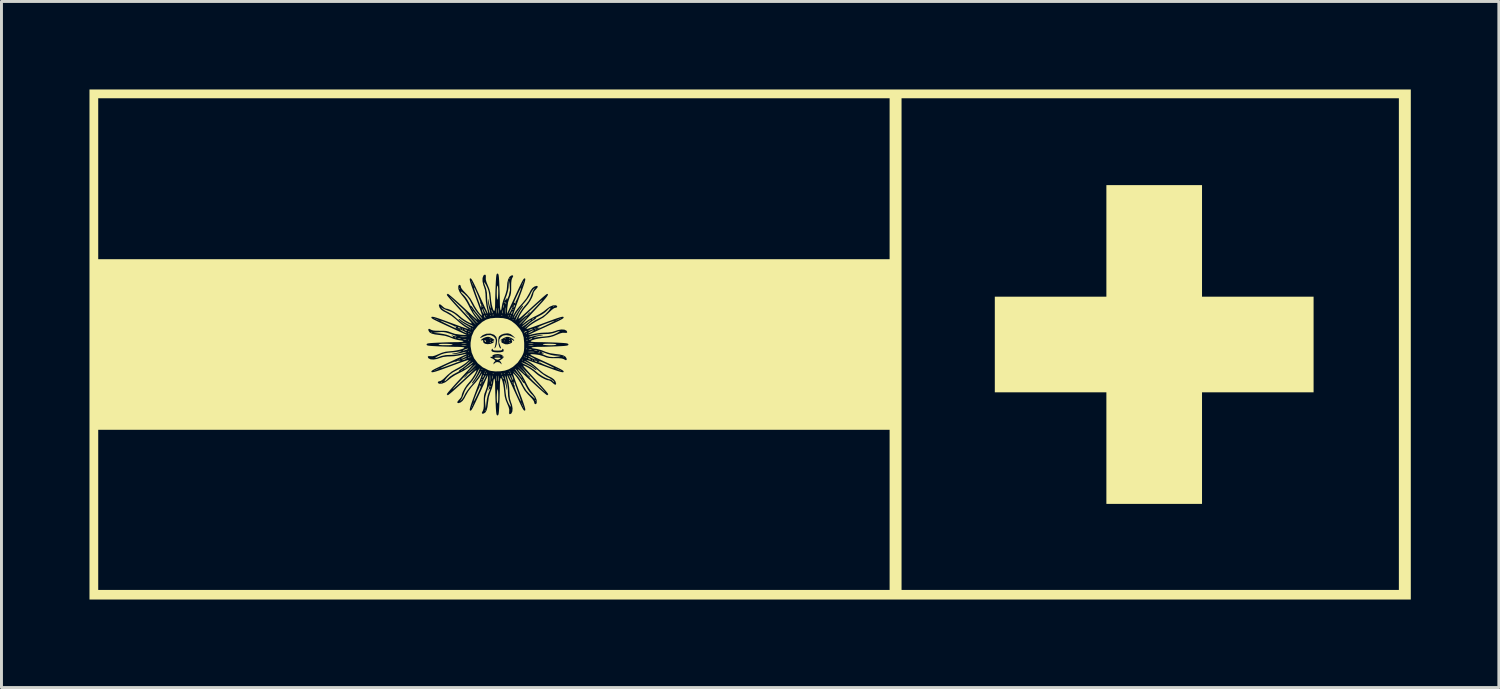
<source format=kicad_pcb>
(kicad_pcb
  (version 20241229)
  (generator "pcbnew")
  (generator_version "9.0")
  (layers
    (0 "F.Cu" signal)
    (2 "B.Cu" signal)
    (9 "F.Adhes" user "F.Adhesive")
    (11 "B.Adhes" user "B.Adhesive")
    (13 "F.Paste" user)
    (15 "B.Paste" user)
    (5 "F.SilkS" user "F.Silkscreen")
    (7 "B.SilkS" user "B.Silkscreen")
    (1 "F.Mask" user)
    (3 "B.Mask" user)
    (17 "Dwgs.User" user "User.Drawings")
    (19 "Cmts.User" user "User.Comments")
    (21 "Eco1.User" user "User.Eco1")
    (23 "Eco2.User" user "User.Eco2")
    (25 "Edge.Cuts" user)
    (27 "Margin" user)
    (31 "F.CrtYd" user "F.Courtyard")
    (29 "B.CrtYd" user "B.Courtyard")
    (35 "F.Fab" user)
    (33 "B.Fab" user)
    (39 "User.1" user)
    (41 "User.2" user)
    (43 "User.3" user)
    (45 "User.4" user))
  (footprint "flags"
    (layer "F.Cu")
    (at 22.52 8.693)
    (property "Reference" "flags" (at 0 0 0) (layer "F.SilkS") (effects (font (size 1.524 1.524) (thickness 0.3))))
    (attr board_only exclude_from_pos_files exclude_from_bom)
    (fp_poly (pts (xy -10.839 -0.421) (xy -10.853 -0.407) (xy -10.866 -0.421) (xy -10.853 -0.435)) (stroke (width 0) (type solid)) (fill yes) (layer "F.SilkS"))
    (fp_poly (pts (xy -10.73 -0.883) (xy -10.744 -0.869) (xy -10.758 -0.883) (xy -10.744 -0.896)) (stroke (width 0) (type solid)) (fill yes) (layer "F.SilkS"))
    (fp_poly (pts (xy -10.73 0.883) (xy -10.744 0.896) (xy -10.758 0.883) (xy -10.744 0.869)) (stroke (width 0) (type solid)) (fill yes) (layer "F.SilkS"))
    (fp_poly (pts (xy -10.595 -0.829) (xy -10.608 -0.815) (xy -10.622 -0.829) (xy -10.608 -0.842)) (stroke (width 0) (type solid)) (fill yes) (layer "F.SilkS"))
    (fp_poly (pts (xy -10.595 0.829) (xy -10.608 0.842) (xy -10.622 0.829) (xy -10.608 0.815)) (stroke (width 0) (type solid)) (fill yes) (layer "F.SilkS"))
    (fp_poly (pts (xy -10.513 1.29) (xy -10.527 1.304) (xy -10.54 1.29) (xy -10.527 1.277)) (stroke (width 0) (type solid)) (fill yes) (layer "F.SilkS"))
    (fp_poly (pts (xy -9.943 -0.53) (xy -9.956 -0.516) (xy -9.97 -0.53) (xy -9.956 -0.543)) (stroke (width 0) (type solid)) (fill yes) (layer "F.SilkS"))
    (fp_poly (pts (xy -9.943 0.53) (xy -9.956 0.543) (xy -9.97 0.53) (xy -9.956 0.516)) (stroke (width 0) (type solid)) (fill yes) (layer "F.SilkS"))
    (fp_poly (pts (xy -9.888 -1.915) (xy -9.902 -1.902) (xy -9.916 -1.915) (xy -9.902 -1.929)) (stroke (width 0) (type solid)) (fill yes) (layer "F.SilkS"))
    (fp_poly (pts (xy -9.888 0.503) (xy -9.902 0.516) (xy -9.916 0.503) (xy -9.902 0.489)) (stroke (width 0) (type solid)) (fill yes) (layer "F.SilkS"))
    (fp_poly (pts (xy -9.834 0.883) (xy -9.848 0.896) (xy -9.861 0.883) (xy -9.848 0.869)) (stroke (width 0) (type solid)) (fill yes) (layer "F.SilkS"))
    (fp_poly (pts (xy -9.78 0.856) (xy -9.793 0.869) (xy -9.807 0.856) (xy -9.793 0.842)) (stroke (width 0) (type solid)) (fill yes) (layer "F.SilkS"))
    (fp_poly (pts (xy -9.59 -0.149) (xy -9.603 -0.136) (xy -9.617 -0.149) (xy -9.603 -0.163)) (stroke (width 0) (type solid)) (fill yes) (layer "F.SilkS"))
    (fp_poly (pts (xy -9.59 0.231) (xy -9.603 0.244) (xy -9.617 0.231) (xy -9.603 0.217)) (stroke (width 0) (type solid)) (fill yes) (layer "F.SilkS"))
    (fp_poly (pts (xy -9.59 0.367) (xy -9.603 0.38) (xy -9.617 0.367) (xy -9.603 0.353)) (stroke (width 0) (type solid)) (fill yes) (layer "F.SilkS"))
    (fp_poly (pts (xy -9.535 -0.503) (xy -9.549 -0.489) (xy -9.562 -0.503) (xy -9.549 -0.516)) (stroke (width 0) (type solid)) (fill yes) (layer "F.SilkS"))
    (fp_poly (pts (xy -9.508 -0.421) (xy -9.522 -0.407) (xy -9.535 -0.421) (xy -9.522 -0.435)) (stroke (width 0) (type solid)) (fill yes) (layer "F.SilkS"))
    (fp_poly (pts (xy -9.508 0.421) (xy -9.522 0.435) (xy -9.535 0.421) (xy -9.522 0.407)) (stroke (width 0) (type solid)) (fill yes) (layer "F.SilkS"))
    (fp_poly (pts (xy -9.481 -2.133) (xy -9.494 -2.119) (xy -9.508 -2.133) (xy -9.494 -2.146)) (stroke (width 0) (type solid)) (fill yes) (layer "F.SilkS"))
    (fp_poly (pts (xy -9.481 -1.236) (xy -9.494 -1.222) (xy -9.508 -1.236) (xy -9.494 -1.25)) (stroke (width 0) (type solid)) (fill yes) (layer "F.SilkS"))
    (fp_poly (pts (xy -9.481 2.133) (xy -9.494 2.146) (xy -9.508 2.133) (xy -9.494 2.119)) (stroke (width 0) (type solid)) (fill yes) (layer "F.SilkS"))
    (fp_poly (pts (xy -9.454 -1.182) (xy -9.467 -1.168) (xy -9.481 -1.182) (xy -9.467 -1.195)) (stroke (width 0) (type solid)) (fill yes) (layer "F.SilkS"))
    (fp_poly (pts (xy -9.454 -0.53) (xy -9.467 -0.516) (xy -9.481 -0.53) (xy -9.467 -0.543)) (stroke (width 0) (type solid)) (fill yes) (layer "F.SilkS"))
    (fp_poly (pts (xy -9.427 -1.997) (xy -9.44 -1.983) (xy -9.454 -1.997) (xy -9.44 -2.01)) (stroke (width 0) (type solid)) (fill yes) (layer "F.SilkS"))
    (fp_poly (pts (xy -9.427 1.997) (xy -9.44 2.01) (xy -9.454 1.997) (xy -9.44 1.983)) (stroke (width 0) (type solid)) (fill yes) (layer "F.SilkS"))
    (fp_poly (pts (xy -9.128 -1.345) (xy -9.141 -1.331) (xy -9.155 -1.345) (xy -9.141 -1.358)) (stroke (width 0) (type solid)) (fill yes) (layer "F.SilkS"))
    (fp_poly (pts (xy -9.128 0.856) (xy -9.141 0.869) (xy -9.155 0.856) (xy -9.141 0.842)) (stroke (width 0) (type solid)) (fill yes) (layer "F.SilkS"))
    (fp_poly (pts (xy -9.128 1.345) (xy -9.141 1.358) (xy -9.155 1.345) (xy -9.141 1.331)) (stroke (width 0) (type solid)) (fill yes) (layer "F.SilkS"))
    (fp_poly (pts (xy -9.101 -1.29) (xy -9.114 -1.277) (xy -9.128 -1.29) (xy -9.114 -1.304)) (stroke (width 0) (type solid)) (fill yes) (layer "F.SilkS"))
    (fp_poly (pts (xy -9.019 0.91) (xy -9.033 0.924) (xy -9.046 0.91) (xy -9.033 0.896)) (stroke (width 0) (type solid)) (fill yes) (layer "F.SilkS"))
    (fp_poly (pts (xy -9.019 2.241) (xy -9.033 2.255) (xy -9.046 2.241) (xy -9.033 2.228)) (stroke (width 0) (type solid)) (fill yes) (layer "F.SilkS"))
    (fp_poly (pts (xy -8.965 -0.992) (xy -8.978 -0.978) (xy -8.992 -0.992) (xy -8.978 -1.005)) (stroke (width 0) (type solid)) (fill yes) (layer "F.SilkS"))
    (fp_poly (pts (xy -8.856 -0.204) (xy -8.87 -0.19) (xy -8.883 -0.204) (xy -8.87 -0.217)) (stroke (width 0) (type solid)) (fill yes) (layer "F.SilkS"))
    (fp_poly (pts (xy -8.829 -0.992) (xy -8.842 -0.978) (xy -8.856 -0.992) (xy -8.842 -1.005)) (stroke (width 0) (type solid)) (fill yes) (layer "F.SilkS"))
    (fp_poly (pts (xy -8.829 -0.149) (xy -8.842 -0.136) (xy -8.856 -0.149) (xy -8.842 -0.163)) (stroke (width 0) (type solid)) (fill yes) (layer "F.SilkS"))
    (fp_poly (pts (xy -8.747 0.992) (xy -8.761 1.005) (xy -8.775 0.992) (xy -8.761 0.978)) (stroke (width 0) (type solid)) (fill yes) (layer "F.SilkS"))
    (fp_poly (pts (xy -8.449 -0.992) (xy -8.462 -0.978) (xy -8.476 -0.992) (xy -8.462 -1.005)) (stroke (width 0) (type solid)) (fill yes) (layer "F.SilkS"))
    (fp_poly (pts (xy -8.421 0.421) (xy -8.435 0.435) (xy -8.449 0.421) (xy -8.435 0.407)) (stroke (width 0) (type solid)) (fill yes) (layer "F.SilkS"))
    (fp_poly (pts (xy -8.367 -0.122) (xy -8.381 -0.109) (xy -8.394 -0.122) (xy -8.381 -0.136)) (stroke (width 0) (type solid)) (fill yes) (layer "F.SilkS"))
    (fp_poly (pts (xy -8.367 0.992) (xy -8.381 1.005) (xy -8.394 0.992) (xy -8.381 0.978)) (stroke (width 0) (type solid)) (fill yes) (layer "F.SilkS"))
    (fp_poly (pts (xy -8.34 -0.204) (xy -8.353 -0.19) (xy -8.367 -0.204) (xy -8.353 -0.217)) (stroke (width 0) (type solid)) (fill yes) (layer "F.SilkS"))
    (fp_poly (pts (xy -8.231 0.992) (xy -8.245 1.005) (xy -8.258 0.992) (xy -8.245 0.978)) (stroke (width 0) (type solid)) (fill yes) (layer "F.SilkS"))
    (fp_poly (pts (xy -8.177 -2.241) (xy -8.19 -2.228) (xy -8.204 -2.241) (xy -8.19 -2.255)) (stroke (width 0) (type solid)) (fill yes) (layer "F.SilkS"))
    (fp_poly (pts (xy -8.177 -0.91) (xy -8.19 -0.896) (xy -8.204 -0.91) (xy -8.19 -0.924)) (stroke (width 0) (type solid)) (fill yes) (layer "F.SilkS"))
    (fp_poly (pts (xy -8.177 -0.204) (xy -8.19 -0.19) (xy -8.204 -0.204) (xy -8.19 -0.217)) (stroke (width 0) (type solid)) (fill yes) (layer "F.SilkS"))
    (fp_poly (pts (xy -8.177 -0.068) (xy -8.19 -0.054) (xy -8.204 -0.068) (xy -8.19 -0.081)) (stroke (width 0) (type solid)) (fill yes) (layer "F.SilkS"))
    (fp_poly (pts (xy -8.177 0.91) (xy -8.19 0.924) (xy -8.204 0.91) (xy -8.19 0.896)) (stroke (width 0) (type solid)) (fill yes) (layer "F.SilkS"))
    (fp_poly (pts (xy -8.095 -0.937) (xy -8.109 -0.924) (xy -8.123 -0.937) (xy -8.109 -0.951)) (stroke (width 0) (type solid)) (fill yes) (layer "F.SilkS"))
    (fp_poly (pts (xy -8.095 1.29) (xy -8.109 1.304) (xy -8.123 1.29) (xy -8.109 1.277)) (stroke (width 0) (type solid)) (fill yes) (layer "F.SilkS"))
    (fp_poly (pts (xy -8.068 -1.345) (xy -8.082 -1.331) (xy -8.095 -1.345) (xy -8.082 -1.358)) (stroke (width 0) (type solid)) (fill yes) (layer "F.SilkS"))
    (fp_poly (pts (xy -8.068 -0.856) (xy -8.082 -0.842) (xy -8.095 -0.856) (xy -8.082 -0.869)) (stroke (width 0) (type solid)) (fill yes) (layer "F.SilkS"))
    (fp_poly (pts (xy -8.068 1.345) (xy -8.082 1.358) (xy -8.095 1.345) (xy -8.082 1.331)) (stroke (width 0) (type solid)) (fill yes) (layer "F.SilkS"))
    (fp_poly (pts (xy -7.769 -1.997) (xy -7.783 -1.983) (xy -7.797 -1.997) (xy -7.783 -2.01)) (stroke (width 0) (type solid)) (fill yes) (layer "F.SilkS"))
    (fp_poly (pts (xy -7.769 1.997) (xy -7.783 2.01) (xy -7.797 1.997) (xy -7.783 1.983)) (stroke (width 0) (type solid)) (fill yes) (layer "F.SilkS"))
    (fp_poly (pts (xy -7.742 0.53) (xy -7.756 0.543) (xy -7.769 0.53) (xy -7.756 0.516)) (stroke (width 0) (type solid)) (fill yes) (layer "F.SilkS"))
    (fp_poly (pts (xy -7.742 1.182) (xy -7.756 1.195) (xy -7.769 1.182) (xy -7.756 1.168)) (stroke (width 0) (type solid)) (fill yes) (layer "F.SilkS"))
    (fp_poly (pts (xy -7.715 -2.133) (xy -7.729 -2.119) (xy -7.742 -2.133) (xy -7.729 -2.146)) (stroke (width 0) (type solid)) (fill yes) (layer "F.SilkS"))
    (fp_poly (pts (xy -7.715 1.236) (xy -7.729 1.25) (xy -7.742 1.236) (xy -7.729 1.222)) (stroke (width 0) (type solid)) (fill yes) (layer "F.SilkS"))
    (fp_poly (pts (xy -7.715 2.133) (xy -7.729 2.146) (xy -7.742 2.133) (xy -7.729 2.119)) (stroke (width 0) (type solid)) (fill yes) (layer "F.SilkS"))
    (fp_poly (pts (xy -7.688 0.421) (xy -7.701 0.435) (xy -7.715 0.421) (xy -7.701 0.407)) (stroke (width 0) (type solid)) (fill yes) (layer "F.SilkS"))
    (fp_poly (pts (xy -7.606 -0.367) (xy -7.62 -0.353) (xy -7.634 -0.367) (xy -7.62 -0.38)) (stroke (width 0) (type solid)) (fill yes) (layer "F.SilkS"))
    (fp_poly (pts (xy -7.606 -0.231) (xy -7.62 -0.217) (xy -7.634 -0.231) (xy -7.62 -0.244)) (stroke (width 0) (type solid)) (fill yes) (layer "F.SilkS"))
    (fp_poly (pts (xy -7.606 0.149) (xy -7.62 0.163) (xy -7.634 0.149) (xy -7.62 0.136)) (stroke (width 0) (type solid)) (fill yes) (layer "F.SilkS"))
    (fp_poly (pts (xy -7.606 0.367) (xy -7.62 0.38) (xy -7.634 0.367) (xy -7.62 0.353)) (stroke (width 0) (type solid)) (fill yes) (layer "F.SilkS"))
    (fp_poly (pts (xy -7.308 -0.503) (xy -7.321 -0.489) (xy -7.335 -0.503) (xy -7.321 -0.516)) (stroke (width 0) (type solid)) (fill yes) (layer "F.SilkS"))
    (fp_poly (pts (xy -7.308 1.915) (xy -7.321 1.929) (xy -7.335 1.915) (xy -7.321 1.902)) (stroke (width 0) (type solid)) (fill yes) (layer "F.SilkS"))
    (fp_poly (pts (xy -7.253 -0.53) (xy -7.267 -0.516) (xy -7.28 -0.53) (xy -7.267 -0.543)) (stroke (width 0) (type solid)) (fill yes) (layer "F.SilkS"))
    (fp_poly (pts (xy -7.253 0.53) (xy -7.267 0.543) (xy -7.28 0.53) (xy -7.267 0.516)) (stroke (width 0) (type solid)) (fill yes) (layer "F.SilkS"))
    (fp_poly (pts (xy -6.683 -1.29) (xy -6.696 -1.277) (xy -6.71 -1.29) (xy -6.696 -1.304)) (stroke (width 0) (type solid)) (fill yes) (layer "F.SilkS"))
    (fp_poly (pts (xy -6.601 -0.829) (xy -6.615 -0.815) (xy -6.628 -0.829) (xy -6.615 -0.842)) (stroke (width 0) (type solid)) (fill yes) (layer "F.SilkS"))
    (fp_poly (pts (xy -6.601 0.829) (xy -6.615 0.842) (xy -6.628 0.829) (xy -6.615 0.815)) (stroke (width 0) (type solid)) (fill yes) (layer "F.SilkS"))
    (fp_poly (pts (xy -6.465 -0.883) (xy -6.479 -0.869) (xy -6.493 -0.883) (xy -6.479 -0.896)) (stroke (width 0) (type solid)) (fill yes) (layer "F.SilkS"))
    (fp_poly (pts (xy -6.465 0.883) (xy -6.479 0.896) (xy -6.493 0.883) (xy -6.479 0.869)) (stroke (width 0) (type solid)) (fill yes) (layer "F.SilkS"))
    (fp_poly (pts (xy -6.357 0.421) (xy -6.37 0.435) (xy -6.384 0.421) (xy -6.37 0.407)) (stroke (width 0) (type solid)) (fill yes) (layer "F.SilkS"))
    (fp_poly (pts (xy -10.658 -0.86) (xy -10.662 -0.844) (xy -10.676 -0.842) (xy -10.699 -0.852) (xy -10.694 -0.86) (xy -10.662 -0.864)) (stroke (width 0) (type solid)) (fill yes) (layer "F.SilkS"))
    (fp_poly (pts (xy -10.658 0.851) (xy -10.662 0.867) (xy -10.676 0.869) (xy -10.699 0.859) (xy -10.694 0.851) (xy -10.662 0.848)) (stroke (width 0) (type solid)) (fill yes) (layer "F.SilkS"))
    (fp_poly (pts (xy -10.033 -0.235) (xy -10.037 -0.219) (xy -10.051 -0.217) (xy -10.074 -0.227) (xy -10.069 -0.235) (xy -10.037 -0.239)) (stroke (width 0) (type solid)) (fill yes) (layer "F.SilkS"))
    (fp_poly (pts (xy -9.789 -0.534) (xy -9.792 -0.518) (xy -9.807 -0.516) (xy -9.829 -0.526) (xy -9.825 -0.534) (xy -9.793 -0.538)) (stroke (width 0) (type solid)) (fill yes) (layer "F.SilkS"))
    (fp_poly (pts (xy -9.571 -0.453) (xy -9.575 -0.437) (xy -9.59 -0.435) (xy -9.612 -0.445) (xy -9.608 -0.453) (xy -9.575 -0.456)) (stroke (width 0) (type solid)) (fill yes) (layer "F.SilkS"))
    (fp_poly (pts (xy -9.571 -0.371) (xy -9.575 -0.355) (xy -9.59 -0.353) (xy -9.612 -0.363) (xy -9.608 -0.371) (xy -9.575 -0.375)) (stroke (width 0) (type solid)) (fill yes) (layer "F.SilkS"))
    (fp_poly (pts (xy -9.571 0.444) (xy -9.575 0.46) (xy -9.59 0.462) (xy -9.612 0.452) (xy -9.608 0.444) (xy -9.575 0.44)) (stroke (width 0) (type solid)) (fill yes) (layer "F.SilkS"))
    (fp_poly (pts (xy -9.463 -2.083) (xy -9.459 -2.05) (xy -9.463 -2.046) (xy -9.479 -2.05) (xy -9.481 -2.065) (xy -9.471 -2.087)) (stroke (width 0) (type solid)) (fill yes) (layer "F.SilkS"))
    (fp_poly (pts (xy -9.463 2.046) (xy -9.459 2.079) (xy -9.463 2.083) (xy -9.479 2.079) (xy -9.481 2.065) (xy -9.471 2.042)) (stroke (width 0) (type solid)) (fill yes) (layer "F.SilkS"))
    (fp_poly (pts (xy -9.137 1.177) (xy -9.134 1.209) (xy -9.137 1.213) (xy -9.153 1.21) (xy -9.155 1.195) (xy -9.145 1.173)) (stroke (width 0) (type solid)) (fill yes) (layer "F.SilkS"))
    (fp_poly (pts (xy -9.055 0.96) (xy -9.052 0.992) (xy -9.055 0.996) (xy -9.071 0.992) (xy -9.073 0.978) (xy -9.063 0.956)) (stroke (width 0) (type solid)) (fill yes) (layer "F.SilkS"))
    (fp_poly (pts (xy -8.974 0.96) (xy -8.971 0.992) (xy -8.974 0.996) (xy -8.99 0.992) (xy -8.992 0.978) (xy -8.982 0.956)) (stroke (width 0) (type solid)) (fill yes) (layer "F.SilkS"))
    (fp_poly (pts (xy -8.838 -0.072) (xy -8.842 -0.056) (xy -8.856 -0.054) (xy -8.878 -0.064) (xy -8.874 -0.072) (xy -8.842 -0.076)) (stroke (width 0) (type solid)) (fill yes) (layer "F.SilkS"))
    (fp_poly (pts (xy -8.838 1.422) (xy -8.835 1.454) (xy -8.838 1.458) (xy -8.854 1.454) (xy -8.856 1.44) (xy -8.846 1.417)) (stroke (width 0) (type solid)) (fill yes) (layer "F.SilkS"))
    (fp_poly (pts (xy -8.756 -1.023) (xy -8.753 -0.991) (xy -8.756 -0.987) (xy -8.773 -0.991) (xy -8.775 -1.005) (xy -8.765 -1.027)) (stroke (width 0) (type solid)) (fill yes) (layer "F.SilkS"))
    (fp_poly (pts (xy -8.458 0.987) (xy -8.454 1.019) (xy -8.458 1.023) (xy -8.474 1.02) (xy -8.476 1.005) (xy -8.466 0.983)) (stroke (width 0) (type solid)) (fill yes) (layer "F.SilkS"))
    (fp_poly (pts (xy -8.376 -1.458) (xy -8.373 -1.426) (xy -8.376 -1.422) (xy -8.392 -1.425) (xy -8.394 -1.44) (xy -8.384 -1.462)) (stroke (width 0) (type solid)) (fill yes) (layer "F.SilkS"))
    (fp_poly (pts (xy -8.322 -1.447) (xy -8.318 -1.391) (xy -8.322 -1.379) (xy -8.332 -1.375) (xy -8.336 -1.413) (xy -8.331 -1.451)) (stroke (width 0) (type solid)) (fill yes) (layer "F.SilkS"))
    (fp_poly (pts (xy -8.24 -0.996) (xy -8.237 -0.964) (xy -8.24 -0.96) (xy -8.256 -0.964) (xy -8.258 -0.978) (xy -8.248 -1)) (stroke (width 0) (type solid)) (fill yes) (layer "F.SilkS"))
    (fp_poly (pts (xy -8.186 -0.154) (xy -8.183 -0.122) (xy -8.186 -0.118) (xy -8.202 -0.121) (xy -8.204 -0.136) (xy -8.194 -0.158)) (stroke (width 0) (type solid)) (fill yes) (layer "F.SilkS"))
    (fp_poly (pts (xy -8.159 -0.996) (xy -8.156 -0.964) (xy -8.159 -0.96) (xy -8.175 -0.964) (xy -8.177 -0.978) (xy -8.167 -1)) (stroke (width 0) (type solid)) (fill yes) (layer "F.SilkS"))
    (fp_poly (pts (xy -8.159 0.96) (xy -8.156 0.992) (xy -8.159 0.996) (xy -8.175 0.992) (xy -8.177 0.978) (xy -8.167 0.956)) (stroke (width 0) (type solid)) (fill yes) (layer "F.SilkS"))
    (fp_poly (pts (xy -8.077 -1.213) (xy -8.074 -1.181) (xy -8.077 -1.177) (xy -8.093 -1.181) (xy -8.095 -1.195) (xy -8.085 -1.218)) (stroke (width 0) (type solid)) (fill yes) (layer "F.SilkS"))
    (fp_poly (pts (xy -7.751 -2.083) (xy -7.748 -2.05) (xy -7.751 -2.046) (xy -7.767 -2.05) (xy -7.769 -2.065) (xy -7.759 -2.087)) (stroke (width 0) (type solid)) (fill yes) (layer "F.SilkS"))
    (fp_poly (pts (xy -7.751 2.046) (xy -7.748 2.079) (xy -7.751 2.083) (xy -7.767 2.079) (xy -7.769 2.065) (xy -7.759 2.042)) (stroke (width 0) (type solid)) (fill yes) (layer "F.SilkS"))
    (fp_poly (pts (xy -7.615 0.444) (xy -7.619 0.46) (xy -7.634 0.462) (xy -7.656 0.452) (xy -7.652 0.444) (xy -7.619 0.44)) (stroke (width 0) (type solid)) (fill yes) (layer "F.SilkS"))
    (fp_poly (pts (xy -7.588 -0.154) (xy -7.592 -0.138) (xy -7.606 -0.136) (xy -7.629 -0.146) (xy -7.625 -0.154) (xy -7.592 -0.157)) (stroke (width 0) (type solid)) (fill yes) (layer "F.SilkS"))
    (fp_poly (pts (xy -7.398 0.525) (xy -7.402 0.541) (xy -7.416 0.543) (xy -7.439 0.533) (xy -7.434 0.525) (xy -7.402 0.522)) (stroke (width 0) (type solid)) (fill yes) (layer "F.SilkS"))
    (fp_poly (pts (xy -7.317 -0.561) (xy -7.32 -0.545) (xy -7.335 -0.543) (xy -7.357 -0.553) (xy -7.353 -0.561) (xy -7.321 -0.565)) (stroke (width 0) (type solid)) (fill yes) (layer "F.SilkS"))
    (fp_poly (pts (xy -7.165 0.281) (xy -7.162 0.291) (xy -7.199 0.295) (xy -7.237 0.29) (xy -7.233 0.281) (xy -7.177 0.277)) (stroke (width 0) (type solid)) (fill yes) (layer "F.SilkS"))
    (fp_poly (pts (xy -7.154 0.226) (xy -7.157 0.243) (xy -7.172 0.244) (xy -7.194 0.235) (xy -7.19 0.226) (xy -7.158 0.223)) (stroke (width 0) (type solid)) (fill yes) (layer "F.SilkS"))
    (fp_poly (pts (xy -6.529 -0.86) (xy -6.533 -0.844) (xy -6.547 -0.842) (xy -6.569 -0.852) (xy -6.565 -0.86) (xy -6.533 -0.864)) (stroke (width 0) (type solid)) (fill yes) (layer "F.SilkS"))
    (fp_poly (pts (xy -6.529 0.851) (xy -6.533 0.867) (xy -6.547 0.869) (xy -6.569 0.859) (xy -6.565 0.851) (xy -6.533 0.848)) (stroke (width 0) (type solid)) (fill yes) (layer "F.SilkS"))
    (fp_poly (pts (xy -9.043 -0.969) (xy -9.025 -0.924) (xy -9.027 -0.907) (xy -9.045 -0.917) (xy -9.056 -0.938) (xy -9.072 -0.99) (xy -9.066 -1)) (stroke (width 0) (type solid)) (fill yes) (layer "F.SilkS"))
    (fp_poly (pts (xy -9.021 -0.14) (xy -9.009 -0.122) (xy -8.999 -0.087) (xy -9.017 -0.09) (xy -9.042 -0.106) (xy -9.062 -0.134) (xy -9.052 -0.146)) (stroke (width 0) (type solid)) (fill yes) (layer "F.SilkS"))
    (fp_poly (pts (xy -7.375 -0.891) (xy -7.383 -0.871) (xy -7.408 -0.857) (xy -7.44 -0.849) (xy -7.427 -0.869) (xy -7.424 -0.873) (xy -7.388 -0.894)) (stroke (width 0) (type solid)) (fill yes) (layer "F.SilkS"))
    (fp_poly (pts (xy -9.912 -0.583) (xy -9.888 -0.57) (xy -9.867 -0.549) (xy -9.875 -0.544) (xy -9.919 -0.558) (xy -9.943 -0.57) (xy -9.964 -0.592) (xy -9.956 -0.597)) (stroke (width 0) (type solid)) (fill yes) (layer "F.SilkS"))
    (fp_poly (pts (xy -9.868 -0.209) (xy -9.86 -0.201) (xy -9.897 -0.197) (xy -9.916 -0.196) (xy -9.965 -0.199) (xy -9.971 -0.206) (xy -9.963 -0.209) (xy -9.894 -0.213)) (stroke (width 0) (type solid)) (fill yes) (layer "F.SilkS"))
    (fp_poly (pts (xy -9.694 -0.502) (xy -9.671 -0.489) (xy -9.649 -0.467) (xy -9.657 -0.463) (xy -9.702 -0.476) (xy -9.725 -0.489) (xy -9.747 -0.511) (xy -9.739 -0.515)) (stroke (width 0) (type solid)) (fill yes) (layer "F.SilkS"))
    (fp_poly (pts (xy -9.678 -0.182) (xy -9.669 -0.174) (xy -9.707 -0.17) (xy -9.725 -0.169) (xy -9.775 -0.172) (xy -9.781 -0.179) (xy -9.773 -0.182) (xy -9.704 -0.186)) (stroke (width 0) (type solid)) (fill yes) (layer "F.SilkS"))
    (fp_poly (pts (xy -9.678 -0.047) (xy -9.661 -0.041) (xy -9.692 -0.037) (xy -9.753 -0.035) (xy -9.82 -0.037) (xy -9.845 -0.041) (xy -9.827 -0.047) (xy -9.739 -0.051)) (stroke (width 0) (type solid)) (fill yes) (layer "F.SilkS"))
    (fp_poly (pts (xy -9.678 0.035) (xy -9.661 0.041) (xy -9.692 0.045) (xy -9.753 0.046) (xy -9.82 0.045) (xy -9.845 0.04) (xy -9.827 0.035) (xy -9.739 0.03)) (stroke (width 0) (type solid)) (fill yes) (layer "F.SilkS"))
    (fp_poly (pts (xy -9.156 1.263) (xy -9.169 1.308) (xy -9.182 1.331) (xy -9.204 1.353) (xy -9.208 1.345) (xy -9.195 1.3) (xy -9.182 1.277) (xy -9.161 1.255)) (stroke (width 0) (type solid)) (fill yes) (layer "F.SilkS"))
    (fp_poly (pts (xy -9.074 1.046) (xy -9.088 1.091) (xy -9.101 1.114) (xy -9.122 1.136) (xy -9.127 1.127) (xy -9.113 1.083) (xy -9.101 1.059) (xy -9.079 1.038)) (stroke (width 0) (type solid)) (fill yes) (layer "F.SilkS"))
    (fp_poly (pts (xy -8.81 1.256) (xy -8.806 1.325) (xy -8.81 1.351) (xy -8.818 1.36) (xy -8.822 1.322) (xy -8.823 1.304) (xy -8.82 1.255) (xy -8.813 1.249)) (stroke (width 0) (type solid)) (fill yes) (layer "F.SilkS"))
    (fp_poly (pts (xy -8.783 1.066) (xy -8.779 1.135) (xy -8.783 1.161) (xy -8.791 1.17) (xy -8.795 1.132) (xy -8.795 1.114) (xy -8.793 1.064) (xy -8.786 1.059)) (stroke (width 0) (type solid)) (fill yes) (layer "F.SilkS"))
    (fp_poly (pts (xy -8.537 0.388) (xy -8.52 0.394) (xy -8.551 0.398) (xy -8.612 0.399) (xy -8.679 0.398) (xy -8.704 0.393) (xy -8.686 0.388) (xy -8.599 0.383)) (stroke (width 0) (type solid)) (fill yes) (layer "F.SilkS"))
    (fp_poly (pts (xy -8.43 -1.161) (xy -8.426 -1.092) (xy -8.43 -1.066) (xy -8.438 -1.058) (xy -8.442 -1.095) (xy -8.442 -1.114) (xy -8.439 -1.163) (xy -8.432 -1.169)) (stroke (width 0) (type solid)) (fill yes) (layer "F.SilkS"))
    (fp_poly (pts (xy -8.419 1.111) (xy -8.403 1.163) (xy -8.404 1.187) (xy -8.421 1.175) (xy -8.432 1.153) (xy -8.446 1.097) (xy -8.447 1.078) (xy -8.438 1.075)) (stroke (width 0) (type solid)) (fill yes) (layer "F.SilkS"))
    (fp_poly (pts (xy -8.403 -1.351) (xy -8.398 -1.283) (xy -8.403 -1.256) (xy -8.411 -1.248) (xy -8.415 -1.286) (xy -8.415 -1.304) (xy -8.412 -1.353) (xy -8.405 -1.359)) (stroke (width 0) (type solid)) (fill yes) (layer "F.SilkS"))
    (fp_poly (pts (xy -8.096 -1.127) (xy -8.11 -1.083) (xy -8.123 -1.059) (xy -8.144 -1.038) (xy -8.149 -1.046) (xy -8.135 -1.091) (xy -8.123 -1.114) (xy -8.101 -1.136)) (stroke (width 0) (type solid)) (fill yes) (layer "F.SilkS"))
    (fp_poly (pts (xy -8.015 -1.345) (xy -8.028 -1.3) (xy -8.041 -1.277) (xy -8.063 -1.255) (xy -8.067 -1.263) (xy -8.054 -1.308) (xy -8.041 -1.331) (xy -8.02 -1.353)) (stroke (width 0) (type solid)) (fill yes) (layer "F.SilkS"))
    (fp_poly (pts (xy -7.615 -0.45) (xy -7.634 -0.435) (xy -7.683 -0.412) (xy -7.701 -0.408) (xy -7.706 -0.42) (xy -7.688 -0.435) (xy -7.638 -0.458) (xy -7.62 -0.461)) (stroke (width 0) (type solid)) (fill yes) (layer "F.SilkS"))
    (fp_poly (pts (xy -7.521 0.476) (xy -7.498 0.489) (xy -7.476 0.511) (xy -7.484 0.515) (xy -7.529 0.502) (xy -7.552 0.489) (xy -7.574 0.467) (xy -7.566 0.463)) (stroke (width 0) (type solid)) (fill yes) (layer "F.SilkS"))
    (fp_poly (pts (xy -7.45 0.171) (xy -7.442 0.179) (xy -7.479 0.184) (xy -7.498 0.184) (xy -7.547 0.181) (xy -7.553 0.174) (xy -7.545 0.171) (xy -7.476 0.167)) (stroke (width 0) (type solid)) (fill yes) (layer "F.SilkS"))
    (fp_poly (pts (xy -7.432 -0.198) (xy -7.443 -0.19) (xy -7.501 -0.168) (xy -7.525 -0.165) (xy -7.541 -0.173) (xy -7.511 -0.19) (xy -7.454 -0.211) (xy -7.424 -0.213)) (stroke (width 0) (type solid)) (fill yes) (layer "F.SilkS"))
    (fp_poly (pts (xy -7.396 -0.047) (xy -7.379 -0.041) (xy -7.41 -0.037) (xy -7.471 -0.035) (xy -7.538 -0.037) (xy -7.563 -0.041) (xy -7.545 -0.047) (xy -7.458 -0.051)) (stroke (width 0) (type solid)) (fill yes) (layer "F.SilkS"))
    (fp_poly (pts (xy -7.396 0.035) (xy -7.379 0.041) (xy -7.41 0.045) (xy -7.471 0.046) (xy -7.538 0.045) (xy -7.563 0.04) (xy -7.545 0.035) (xy -7.458 0.03)) (stroke (width 0) (type solid)) (fill yes) (layer "F.SilkS"))
    (fp_poly (pts (xy -7.304 0.558) (xy -7.28 0.57) (xy -7.259 0.592) (xy -7.267 0.597) (xy -7.311 0.583) (xy -7.335 0.57) (xy -7.357 0.549) (xy -7.348 0.544)) (stroke (width 0) (type solid)) (fill yes) (layer "F.SilkS"))
    (fp_poly (pts (xy -7.26 0.199) (xy -7.252 0.206) (xy -7.289 0.211) (xy -7.308 0.211) (xy -7.357 0.208) (xy -7.363 0.201) (xy -7.355 0.199) (xy -7.286 0.194)) (stroke (width 0) (type solid)) (fill yes) (layer "F.SilkS"))
    (fp_poly (pts (xy -8.815 -1.181) (xy -8.802 -1.16) (xy -8.782 -1.107) (xy -8.784 -1.079) (xy -8.796 -1.061) (xy -8.8 -1.078) (xy -8.809 -1.13) (xy -8.817 -1.159) (xy -8.827 -1.193)) (stroke (width 0) (type solid)) (fill yes) (layer "F.SilkS"))
    (fp_poly (pts (xy -8.646 -1.229) (xy -8.646 -1.229) (xy -8.642 -1.14) (xy -8.646 -1.066) (xy -8.652 -1.051) (xy -8.656 -1.083) (xy -8.657 -1.155) (xy -8.656 -1.224) (xy -8.652 -1.251)) (stroke (width 0) (type solid)) (fill yes) (layer "F.SilkS"))
    (fp_poly (pts (xy -8.646 1.08) (xy -8.646 1.08) (xy -8.642 1.169) (xy -8.646 1.243) (xy -8.652 1.258) (xy -8.656 1.226) (xy -8.657 1.155) (xy -8.656 1.085) (xy -8.652 1.058)) (stroke (width 0) (type solid)) (fill yes) (layer "F.SilkS"))
    (fp_poly (pts (xy -8.565 -1.229) (xy -8.565 -1.229) (xy -8.56 -1.14) (xy -8.565 -1.066) (xy -8.571 -1.051) (xy -8.575 -1.083) (xy -8.576 -1.155) (xy -8.574 -1.224) (xy -8.57 -1.251)) (stroke (width 0) (type solid)) (fill yes) (layer "F.SilkS"))
    (fp_poly (pts (xy -8.565 1.08) (xy -8.565 1.08) (xy -8.56 1.169) (xy -8.565 1.243) (xy -8.571 1.258) (xy -8.575 1.226) (xy -8.576 1.155) (xy -8.574 1.085) (xy -8.57 1.058)) (stroke (width 0) (type solid)) (fill yes) (layer "F.SilkS"))
    (fp_poly (pts (xy -9.666 0.481) (xy -9.671 0.484) (xy -9.729 0.511) (xy -9.78 0.528) (xy -9.821 0.536) (xy -9.812 0.524) (xy -9.807 0.521) (xy -9.749 0.494) (xy -9.698 0.477) (xy -9.657 0.469)) (stroke (width 0) (type solid)) (fill yes) (layer "F.SilkS"))
    (fp_poly (pts (xy -7.411 -0.524) (xy -7.416 -0.521) (xy -7.474 -0.494) (xy -7.525 -0.477) (xy -7.566 -0.469) (xy -7.557 -0.481) (xy -7.552 -0.484) (xy -7.494 -0.511) (xy -7.443 -0.528) (xy -7.403 -0.536)) (stroke (width 0) (type solid)) (fill yes) (layer "F.SilkS"))
    (fp_poly (pts (xy -9.682 -0.265) (xy -9.678 -0.264) (xy -9.653 -0.259) (xy -9.676 -0.255) (xy -9.743 -0.254) (xy -9.766 -0.253) (xy -9.845 -0.255) (xy -9.885 -0.258) (xy -9.877 -0.263) (xy -9.869 -0.264) (xy -9.779 -0.269)) (stroke (width 0) (type solid)) (fill yes) (layer "F.SilkS"))
    (fp_poly (pts (xy -9.617 0.139) (xy -9.612 0.148) (xy -9.65 0.168) (xy -9.671 0.177) (xy -9.746 0.202) (xy -9.788 0.212) (xy -9.793 0.205) (xy -9.754 0.183) (xy -9.739 0.176) (xy -9.67 0.15) (xy -9.617 0.139)) (stroke (width 0) (type solid)) (fill yes) (layer "F.SilkS"))
    (fp_poly (pts (xy -9.433 -0.884) (xy -9.354 -0.808) (xy -9.309 -0.763) (xy -9.293 -0.74) (xy -9.298 -0.733) (xy -9.299 -0.733) (xy -9.32 -0.752) (xy -9.368 -0.8) (xy -9.433 -0.868) (xy -9.441 -0.876) (xy -9.576 -1.019)) (stroke (width 0) (type solid)) (fill yes) (layer "F.SilkS"))
    (fp_poly (pts (xy -9.086 -1.232) (xy -9.052 -1.176) (xy -9.043 -1.159) (xy -9.012 -1.093) (xy -8.998 -1.051) (xy -8.999 -1.044) (xy -9.016 -1.058) (xy -9.045 -1.108) (xy -9.055 -1.129) (xy -9.088 -1.205) (xy -9.098 -1.24)) (stroke (width 0) (type solid)) (fill yes) (layer "F.SilkS"))
    (fp_poly (pts (xy -8.865 1.055) (xy -8.863 1.067) (xy -8.859 1.163) (xy -8.863 1.254) (xy -8.864 1.257) (xy -8.869 1.276) (xy -8.872 1.247) (xy -8.874 1.176) (xy -8.874 1.155) (xy -8.873 1.077) (xy -8.87 1.043)) (stroke (width 0) (type solid)) (fill yes) (layer "F.SilkS"))
    (fp_poly (pts (xy -8.349 -1.254) (xy -8.347 -1.242) (xy -8.343 -1.146) (xy -8.347 -1.055) (xy -8.347 -1.052) (xy -8.353 -1.033) (xy -8.356 -1.063) (xy -8.358 -1.133) (xy -8.358 -1.155) (xy -8.357 -1.232) (xy -8.353 -1.266)) (stroke (width 0) (type solid)) (fill yes) (layer "F.SilkS"))
    (fp_poly (pts (xy -8.216 1.05) (xy -8.183 1.106) (xy -8.174 1.123) (xy -8.142 1.189) (xy -8.128 1.231) (xy -8.129 1.238) (xy -8.146 1.223) (xy -8.176 1.173) (xy -8.186 1.153) (xy -8.219 1.077) (xy -8.229 1.042)) (stroke (width 0) (type solid)) (fill yes) (layer "F.SilkS"))
    (fp_poly (pts (xy -7.803 0.855) (xy -7.724 0.93) (xy -7.679 0.976) (xy -7.663 0.999) (xy -7.668 1.005) (xy -7.669 1.005) (xy -7.69 0.987) (xy -7.738 0.939) (xy -7.803 0.871) (xy -7.811 0.863) (xy -7.946 0.72)) (stroke (width 0) (type solid)) (fill yes) (layer "F.SilkS"))
    (fp_poly (pts (xy -7.373 0.251) (xy -7.369 0.252) (xy -7.344 0.257) (xy -7.367 0.261) (xy -7.434 0.263) (xy -7.457 0.263) (xy -7.536 0.262) (xy -7.576 0.258) (xy -7.568 0.253) (xy -7.559 0.252) (xy -7.47 0.247)) (stroke (width 0) (type solid)) (fill yes) (layer "F.SilkS"))
    (fp_poly (pts (xy -9.864 -0.502) (xy -9.797 -0.471) (xy -9.753 -0.448) (xy -9.689 -0.412) (xy -9.657 -0.388) (xy -9.657 -0.383) (xy -9.695 -0.395) (xy -9.762 -0.425) (xy -9.807 -0.448) (xy -9.87 -0.485) (xy -9.903 -0.508) (xy -9.902 -0.514)) (stroke (width 0) (type solid)) (fill yes) (layer "F.SilkS"))
    (fp_poly (pts (xy -9.661 0.394) (xy -9.702 0.421) (xy -9.725 0.435) (xy -9.793 0.468) (xy -9.841 0.486) (xy -9.848 0.487) (xy -9.844 0.476) (xy -9.803 0.448) (xy -9.78 0.435) (xy -9.712 0.401) (xy -9.664 0.384) (xy -9.657 0.383)) (stroke (width 0) (type solid)) (fill yes) (layer "F.SilkS"))
    (fp_poly (pts (xy -9.13 -1.199) (xy -9.107 -1.148) (xy -9.104 -1.138) (xy -9.086 -1.076) (xy -9.083 -1.042) (xy -9.084 -1.04) (xy -9.098 -1.055) (xy -9.121 -1.106) (xy -9.125 -1.117) (xy -9.142 -1.178) (xy -9.145 -1.213) (xy -9.145 -1.215)) (stroke (width 0) (type solid)) (fill yes) (layer "F.SilkS"))
    (fp_poly (pts (xy -8.994 1.046) (xy -9.006 1.084) (xy -9.037 1.151) (xy -9.06 1.195) (xy -9.096 1.259) (xy -9.12 1.291) (xy -9.125 1.29) (xy -9.113 1.252) (xy -9.083 1.185) (xy -9.06 1.141) (xy -9.023 1.078) (xy -9 1.045)) (stroke (width 0) (type solid)) (fill yes) (layer "F.SilkS"))
    (fp_poly (pts (xy -8.534 0.45) (xy -8.503 0.458) (xy -8.51 0.474) (xy -8.521 0.482) (xy -8.58 0.511) (xy -8.612 0.516) (xy -8.669 0.501) (xy -8.702 0.482) (xy -8.722 0.462) (xy -8.706 0.452) (xy -8.646 0.448) (xy -8.612 0.448)) (stroke (width 0) (type solid)) (fill yes) (layer "F.SilkS"))
    (fp_poly (pts (xy -8.125 1.055) (xy -8.102 1.106) (xy -8.098 1.117) (xy -8.081 1.178) (xy -8.078 1.213) (xy -8.079 1.215) (xy -8.093 1.199) (xy -8.116 1.148) (xy -8.12 1.138) (xy -8.137 1.076) (xy -8.14 1.042) (xy -8.139 1.04)) (stroke (width 0) (type solid)) (fill yes) (layer "F.SilkS"))
    (fp_poly (pts (xy -8.098 -1.29) (xy -8.11 -1.252) (xy -8.14 -1.185) (xy -8.163 -1.141) (xy -8.2 -1.078) (xy -8.224 -1.045) (xy -8.229 -1.046) (xy -8.217 -1.084) (xy -8.186 -1.151) (xy -8.163 -1.195) (xy -8.127 -1.259) (xy -8.103 -1.291)) (stroke (width 0) (type solid)) (fill yes) (layer "F.SilkS"))
    (fp_poly (pts (xy -7.528 0.395) (xy -7.461 0.425) (xy -7.416 0.448) (xy -7.353 0.485) (xy -7.32 0.508) (xy -7.321 0.514) (xy -7.359 0.502) (xy -7.426 0.471) (xy -7.471 0.448) (xy -7.534 0.412) (xy -7.566 0.388) (xy -7.566 0.383)) (stroke (width 0) (type solid)) (fill yes) (layer "F.SilkS"))
    (fp_poly (pts (xy -7.379 -0.476) (xy -7.42 -0.448) (xy -7.443 -0.435) (xy -7.511 -0.401) (xy -7.559 -0.384) (xy -7.566 -0.383) (xy -7.562 -0.394) (xy -7.521 -0.421) (xy -7.498 -0.435) (xy -7.431 -0.468) (xy -7.382 -0.486) (xy -7.376 -0.487)) (stroke (width 0) (type solid)) (fill yes) (layer "F.SilkS"))
    (fp_poly (pts (xy 15.403 -1.63) (xy 19.206 -1.63) (xy 19.206 1.63) (xy 15.403 1.63) (xy 15.403 5.433) (xy 12.143 5.433) (xy 12.143 1.63) (xy 8.34 1.63) (xy 8.34 -1.63) (xy 12.143 -1.63) (xy 12.143 -5.433) (xy 15.403 -5.433)) (stroke (width 0) (type solid)) (fill yes) (layer "F.SilkS"))
    (fp_poly (pts (xy -9.444 0.609) (xy -9.485 0.646) (xy -9.566 0.71) (xy -9.689 0.802) (xy -9.702 0.811) (xy -9.741 0.835) (xy -9.753 0.835) (xy -9.732 0.812) (xy -9.681 0.768) (xy -9.613 0.715) (xy -9.542 0.661) (xy -9.481 0.619) (xy -9.444 0.598) (xy -9.44 0.598)) (stroke (width 0) (type solid)) (fill yes) (layer "F.SilkS"))
    (fp_poly (pts (xy -9.422 -1.121) (xy -9.38 -1.072) (xy -9.328 -1.005) (xy -9.276 -0.934) (xy -9.234 -0.874) (xy -9.213 -0.836) (xy -9.212 -0.831) (xy -9.233 -0.845) (xy -9.275 -0.892) (xy -9.318 -0.946) (xy -9.391 -1.044) (xy -9.434 -1.105) (xy -9.449 -1.136) (xy -9.445 -1.141)) (stroke (width 0) (type solid)) (fill yes) (layer "F.SilkS"))
    (fp_poly (pts (xy -8.002 0.833) (xy -7.965 0.874) (xy -7.902 0.955) (xy -7.81 1.078) (xy -7.8 1.091) (xy -7.776 1.129) (xy -7.776 1.141) (xy -7.799 1.121) (xy -7.844 1.069) (xy -7.902 0.996) (xy -7.902 0.996) (xy -7.959 0.919) (xy -7.999 0.859) (xy -8.014 0.829)) (stroke (width 0) (type solid)) (fill yes) (layer "F.SilkS"))
    (fp_poly (pts (xy -7.471 -0.833) (xy -7.491 -0.811) (xy -7.541 -0.768) (xy -7.609 -0.715) (xy -7.68 -0.662) (xy -7.741 -0.62) (xy -7.778 -0.598) (xy -7.781 -0.598) (xy -7.773 -0.613) (xy -7.73 -0.652) (xy -7.67 -0.701) (xy -7.57 -0.778) (xy -7.507 -0.822) (xy -7.476 -0.838)) (stroke (width 0) (type solid)) (fill yes) (layer "F.SilkS"))
    (fp_poly (pts (xy -10.346 -0.024) (xy -10.252 -0.019) (xy -10.177 -0.009) (xy -10.146 0) (xy -10.143 0.012) (xy -10.192 0.02) (xy -10.293 0.024) (xy -10.357 0.025) (xy -10.482 0.024) (xy -10.571 0.017) (xy -10.617 0.006) (xy -10.622 0) (xy -10.597 -0.013) (xy -10.533 -0.021) (xy -10.444 -0.025)) (stroke (width 0) (type solid)) (fill yes) (layer "F.SilkS"))
    (fp_poly (pts (xy -8.599 -1.986) (xy -8.591 -1.922) (xy -8.587 -1.833) (xy -8.588 -1.734) (xy -8.593 -1.64) (xy -8.603 -1.566) (xy -8.612 -1.535) (xy -8.623 -1.531) (xy -8.631 -1.58) (xy -8.636 -1.681) (xy -8.637 -1.745) (xy -8.635 -1.871) (xy -8.628 -1.96) (xy -8.617 -2.006) (xy -8.612 -2.01)) (stroke (width 0) (type solid)) (fill yes) (layer "F.SilkS"))
    (fp_poly (pts (xy -6.733 -0.024) (xy -6.647 -0.017) (xy -6.605 -0.005) (xy -6.601 0) (xy -6.626 0.013) (xy -6.689 0.022) (xy -6.777 0.026) (xy -6.874 0.025) (xy -6.965 0.02) (xy -7.034 0.01) (xy -7.063 0) (xy -7.063 -0.013) (xy -7.013 -0.022) (xy -6.912 -0.026) (xy -6.853 -0.027)) (stroke (width 0) (type solid)) (fill yes) (layer "F.SilkS"))
    (fp_poly (pts (xy -9.358 0.697) (xy -9.398 0.743) (xy -9.461 0.808) (xy -9.467 0.815) (xy -9.535 0.882) (xy -9.588 0.931) (xy -9.614 0.951) (xy -9.615 0.951) (xy -9.604 0.933) (xy -9.563 0.887) (xy -9.501 0.822) (xy -9.494 0.815) (xy -9.426 0.748) (xy -9.374 0.699) (xy -9.348 0.679) (xy -9.347 0.679)) (stroke (width 0) (type solid)) (fill yes) (layer "F.SilkS"))
    (fp_poly (pts (xy -8.592 1.58) (xy -8.587 1.681) (xy -8.586 1.745) (xy -8.588 1.871) (xy -8.595 1.96) (xy -8.606 2.006) (xy -8.612 2.01) (xy -8.625 1.985) (xy -8.634 1.915) (xy -8.637 1.812) (xy -8.637 1.8) (xy -8.633 1.691) (xy -8.625 1.598) (xy -8.613 1.539) (xy -8.612 1.535) (xy -8.6 1.531)) (stroke (width 0) (type solid)) (fill yes) (layer "F.SilkS"))
    (fp_poly (pts (xy -8.199 -2.051) (xy -8.187 -1.853) (xy -8.227 -1.665) (xy -8.26 -1.589) (xy -8.288 -1.537) (xy -8.301 -1.523) (xy -8.3 -1.535) (xy -8.285 -1.589) (xy -8.33 -1.535) (xy -8.374 -1.481) (xy -8.353 -1.535) (xy -8.293 -1.696) (xy -8.255 -1.825) (xy -8.235 -1.937) (xy -8.229 -2.024) (xy -8.225 -2.187)) (stroke (width 0) (type solid)) (fill yes) (layer "F.SilkS"))
    (fp_poly (pts (xy -7.619 -0.933) (xy -7.66 -0.887) (xy -7.722 -0.822) (xy -7.729 -0.815) (xy -7.797 -0.748) (xy -7.849 -0.699) (xy -7.876 -0.679) (xy -7.876 -0.679) (xy -7.865 -0.697) (xy -7.825 -0.743) (xy -7.763 -0.808) (xy -7.756 -0.815) (xy -7.688 -0.882) (xy -7.635 -0.931) (xy -7.609 -0.951) (xy -7.608 -0.951)) (stroke (width 0) (type solid)) (fill yes) (layer "F.SilkS"))
    (fp_poly (pts (xy -7.077 0.259) (xy -6.915 0.318) (xy -6.786 0.356) (xy -6.674 0.377) (xy -6.588 0.383) (xy -6.5 0.385) (xy -6.462 0.389) (xy -6.47 0.395) (xy -6.521 0.406) (xy -6.533 0.409) (xy -6.693 0.43) (xy -6.834 0.418) (xy -6.915 0.397) (xy -6.98 0.373) (xy -7.042 0.347) (xy -7.089 0.323) (xy -7.112 0.307) (xy -7.102 0.304) (xy -7.077 0.31) (xy -7.022 0.326) (xy -7.077 0.282) (xy -7.131 0.237)) (stroke (width 0) (type solid)) (fill yes) (layer "F.SilkS"))
    (fp_poly (pts (xy -10.454 -0.424) (xy -10.373 -0.41) (xy -10.269 -0.379) (xy -10.201 -0.357) (xy -10.102 -0.322) (xy -10.032 -0.294) (xy -9.999 -0.276) (xy -10.002 -0.273) (xy -10.061 -0.281) (xy -10.124 -0.299) (xy -10.174 -0.316) (xy -10.178 -0.31) (xy -10.148 -0.285) (xy -10.116 -0.255) (xy -10.13 -0.25) (xy -10.189 -0.27) (xy -10.268 -0.305) (xy -10.359 -0.336) (xy -10.477 -0.362) (xy -10.594 -0.379) (xy -10.798 -0.397) (xy -10.622 -0.418) (xy -10.531 -0.426)) (stroke (width 0) (type solid)) (fill yes) (layer "F.SilkS"))
    (fp_poly (pts (xy -8.884 1.39) (xy -8.892 1.449) (xy -8.911 1.513) (xy -8.927 1.563) (xy -8.922 1.567) (xy -8.897 1.536) (xy -8.867 1.502) (xy -8.859 1.506) (xy -8.875 1.553) (xy -8.914 1.646) (xy -8.946 1.741) (xy -8.974 1.864) (xy -8.99 1.982) (xy -9.009 2.187) (xy -9.03 2.01) (xy -9.038 1.919) (xy -9.036 1.842) (xy -9.021 1.761) (xy -8.991 1.657) (xy -8.968 1.589) (xy -8.933 1.49) (xy -8.905 1.42) (xy -8.888 1.388)) (stroke (width 0) (type solid)) (fill yes) (layer "F.SilkS"))
    (fp_poly (pts (xy -10.526 -0.805) (xy -10.456 -0.781) (xy -10.365 -0.747) (xy -10.269 -0.709) (xy -10.181 -0.672) (xy -10.114 -0.641) (xy -10.084 -0.623) (xy -10.084 -0.622) (xy -10.055 -0.611) (xy -10.029 -0.615) (xy -10.001 -0.621) (xy -10.02 -0.604) (xy -10.02 -0.603) (xy -10.044 -0.579) (xy -10.02 -0.562) (xy -10.002 -0.55) (xy -10.011 -0.548) (xy -10.045 -0.559) (xy -10.117 -0.59) (xy -10.215 -0.635) (xy -10.309 -0.68) (xy -10.416 -0.732) (xy -10.5 -0.775) (xy -10.551 -0.804) (xy -10.563 -0.813)) (stroke (width 0) (type solid)) (fill yes) (layer "F.SilkS"))
    (fp_poly (pts (xy -7.809 -1.917) (xy -7.829 -1.853) (xy -7.86 -1.766) (xy -7.897 -1.671) (xy -7.934 -1.582) (xy -7.966 -1.511) (xy -7.987 -1.474) (xy -7.99 -1.472) (xy -8.001 -1.443) (xy -7.996 -1.418) (xy -7.99 -1.389) (xy -8.008 -1.409) (xy -8.008 -1.409) (xy -8.036 -1.43) (xy -8.049 -1.415) (xy -8.06 -1.4) (xy -8.059 -1.407) (xy -8.045 -1.446) (xy -8.015 -1.517) (xy -7.974 -1.608) (xy -7.928 -1.707) (xy -7.882 -1.802) (xy -7.843 -1.881) (xy -7.815 -1.933) (xy -7.805 -1.946)) (stroke (width 0) (type solid)) (fill yes) (layer "F.SilkS"))
    (fp_poly (pts (xy -7.193 0.562) (xy -7.126 0.587) (xy -7.031 0.628) (xy -6.925 0.677) (xy -6.794 0.741) (xy -6.712 0.783) (xy -6.68 0.805) (xy -6.698 0.805) (xy -6.765 0.783) (xy -6.881 0.74) (xy -6.914 0.727) (xy -7.013 0.687) (xy -7.091 0.652) (xy -7.134 0.627) (xy -7.14 0.622) (xy -7.168 0.611) (xy -7.194 0.615) (xy -7.224 0.622) (xy -7.206 0.606) (xy -7.199 0.601) (xy -7.173 0.577) (xy -7.194 0.571) (xy -7.197 0.571) (xy -7.223 0.563) (xy -7.221 0.557)) (stroke (width 0) (type solid)) (fill yes) (layer "F.SilkS"))
    (fp_poly (pts (xy -9.217 1.405) (xy -9.212 1.413) (xy -9.189 1.438) (xy -9.182 1.418) (xy -9.182 1.415) (xy -9.175 1.388) (xy -9.168 1.39) (xy -9.174 1.419) (xy -9.199 1.486) (xy -9.24 1.581) (xy -9.289 1.687) (xy -9.341 1.796) (xy -9.385 1.882) (xy -9.414 1.937) (xy -9.425 1.951) (xy -9.417 1.915) (xy -9.393 1.844) (xy -9.359 1.754) (xy -9.32 1.657) (xy -9.283 1.569) (xy -9.252 1.503) (xy -9.234 1.472) (xy -9.233 1.472) (xy -9.222 1.443) (xy -9.227 1.418) (xy -9.234 1.388)) (stroke (width 0) (type solid)) (fill yes) (layer "F.SilkS"))
    (fp_poly (pts (xy -8.053 1.256) (xy -8.039 1.285) (xy -8.013 1.353) (xy -7.977 1.448) (xy -7.937 1.559) (xy -7.896 1.674) (xy -7.858 1.781) (xy -7.828 1.87) (xy -7.809 1.929) (xy -7.806 1.947) (xy -7.82 1.927) (xy -7.851 1.868) (xy -7.894 1.778) (xy -7.934 1.692) (xy -7.984 1.573) (xy -8.025 1.462) (xy -8.037 1.423) (xy -8.031 1.435) (xy -8.023 1.431) (xy -8.02 1.398) (xy -8.023 1.395) (xy -8.039 1.398) (xy -8.041 1.409) (xy -8.05 1.376) (xy -8.056 1.339) (xy -8.057 1.28) (xy -8.053 1.256)) (stroke (width 0) (type solid)) (fill yes) (layer "F.SilkS"))
    (fp_poly (pts (xy -6.664 -0.806) (xy -6.684 -0.792) (xy -6.742 -0.762) (xy -6.825 -0.721) (xy -6.923 -0.674) (xy -7.023 -0.627) (xy -7.113 -0.586) (xy -7.183 -0.556) (xy -7.196 -0.551) (xy -7.231 -0.557) (xy -7.247 -0.566) (xy -7.24 -0.585) (xy -7.234 -0.589) (xy -7.217 -0.589) (xy -7.213 -0.572) (xy -7.199 -0.57) (xy -7.177 -0.58) (xy -7.181 -0.589) (xy -7.213 -0.592) (xy -7.217 -0.589) (xy -7.234 -0.589) (xy -7.182 -0.618) (xy -7.076 -0.664) (xy -6.978 -0.702) (xy -6.859 -0.745) (xy -6.761 -0.779) (xy -6.692 -0.8) (xy -6.664 -0.806)) (stroke (width 0) (type solid)) (fill yes) (layer "F.SilkS"))
    (fp_poly (pts (xy -9.868 0.557) (xy -9.868 0.559) (xy -9.896 0.572) (xy -9.964 0.598) (xy -10.059 0.634) (xy -10.171 0.676) (xy -10.287 0.718) (xy -10.396 0.757) (xy -10.487 0.789) (xy -10.547 0.808) (xy -10.565 0.813) (xy -10.549 0.802) (xy -10.493 0.772) (xy -10.407 0.728) (xy -10.323 0.688) (xy -10.204 0.635) (xy -10.091 0.592) (xy -10.051 0.58) (xy -10.042 0.58) (xy -10.039 0.596) (xy -10.024 0.598) (xy -10.002 0.588) (xy -10.006 0.58) (xy -10.038 0.576) (xy -10.042 0.58) (xy -10.051 0.58) (xy -10 0.564) (xy -9.962 0.557) (xy -9.899 0.555)) (stroke (width 0) (type solid)) (fill yes) (layer "F.SilkS"))
    (fp_poly (pts (xy -9.4 -1.932) (xy -9.37 -1.877) (xy -9.332 -1.793) (xy -9.288 -1.692) (xy -9.246 -1.585) (xy -9.208 -1.485) (xy -9.19 -1.429) (xy -9.191 -1.431) (xy -9.207 -1.427) (xy -9.209 -1.413) (xy -9.199 -1.39) (xy -9.191 -1.395) (xy -9.188 -1.424) (xy -9.18 -1.401) (xy -9.167 -1.346) (xy -9.167 -1.34) (xy -9.166 -1.279) (xy -9.168 -1.25) (xy -9.168 -1.25) (xy -9.179 -1.274) (xy -9.204 -1.339) (xy -9.241 -1.437) (xy -9.286 -1.559) (xy -9.299 -1.594) (xy -9.345 -1.721) (xy -9.382 -1.828) (xy -9.407 -1.906) (xy -9.417 -1.945) (xy -9.417 -1.948)) (stroke (width 0) (type solid)) (fill yes) (layer "F.SilkS"))
    (fp_poly (pts (xy -6.804 -1.248) (xy -6.822 -1.211) (xy -6.878 -1.139) (xy -6.885 -1.131) (xy -6.986 -1.026) (xy -7.097 -0.945) (xy -7.217 -0.882) (xy -7.331 -0.822) (xy -7.442 -0.753) (xy -7.528 -0.69) (xy -7.532 -0.686) (xy -7.619 -0.613) (xy -7.672 -0.571) (xy -7.691 -0.561) (xy -7.672 -0.584) (xy -7.615 -0.641) (xy -7.595 -0.66) (xy -7.509 -0.736) (xy -7.422 -0.803) (xy -7.362 -0.842) (xy -7.312 -0.874) (xy -7.3 -0.893) (xy -7.308 -0.895) (xy -7.306 -0.906) (xy -7.264 -0.934) (xy -7.191 -0.972) (xy -7.185 -0.975) (xy -7.085 -1.03) (xy -6.993 -1.094) (xy -6.941 -1.14) (xy -6.867 -1.213) (xy -6.82 -1.249)) (stroke (width 0) (type solid)) (fill yes) (layer "F.SilkS"))
    (fp_poly (pts (xy -9.528 0.561) (xy -9.571 0.607) (xy -9.617 0.65) (xy -9.705 0.728) (xy -9.793 0.797) (xy -9.861 0.842) (xy -9.861 0.842) (xy -9.911 0.874) (xy -9.923 0.893) (xy -9.916 0.895) (xy -9.917 0.906) (xy -9.959 0.934) (xy -10.032 0.972) (xy -10.038 0.975) (xy -10.138 1.03) (xy -10.231 1.094) (xy -10.282 1.14) (xy -10.356 1.213) (xy -10.403 1.249) (xy -10.419 1.248) (xy -10.401 1.211) (xy -10.345 1.139) (xy -10.338 1.131) (xy -10.238 1.027) (xy -10.129 0.947) (xy -10.005 0.881) (xy -9.891 0.821) (xy -9.78 0.752) (xy -9.695 0.688) (xy -9.689 0.684) (xy -9.605 0.61) (xy -9.548 0.565) (xy -9.521 0.548)) (stroke (width 0) (type solid)) (fill yes) (layer "F.SilkS"))
    (fp_poly (pts (xy -9.823 -1.789) (xy -9.751 -1.734) (xy -9.742 -1.727) (xy -9.638 -1.626) (xy -9.558 -1.517) (xy -9.493 -1.393) (xy -9.432 -1.279) (xy -9.363 -1.168) (xy -9.3 -1.083) (xy -9.295 -1.078) (xy -9.205 -0.974) (xy -9.151 -0.906) (xy -9.132 -0.874) (xy -9.135 -0.869) (xy -9.159 -0.888) (xy -9.207 -0.939) (xy -9.271 -1.011) (xy -9.284 -1.026) (xy -9.357 -1.114) (xy -9.42 -1.199) (xy -9.461 -1.261) (xy -9.462 -1.263) (xy -9.491 -1.306) (xy -9.506 -1.31) (xy -9.507 -1.304) (xy -9.518 -1.305) (xy -9.545 -1.347) (xy -9.583 -1.421) (xy -9.586 -1.426) (xy -9.642 -1.527) (xy -9.706 -1.619) (xy -9.751 -1.671) (xy -9.825 -1.744) (xy -9.861 -1.791) (xy -9.86 -1.807)) (stroke (width 0) (type solid)) (fill yes) (layer "F.SilkS"))
    (fp_poly (pts (xy -8.052 0.915) (xy -8.008 0.956) (xy -7.961 1.005) (xy -7.884 1.093) (xy -7.815 1.181) (xy -7.769 1.249) (xy -7.769 1.25) (xy -7.737 1.299) (xy -7.718 1.311) (xy -7.716 1.304) (xy -7.705 1.305) (xy -7.678 1.347) (xy -7.64 1.421) (xy -7.637 1.426) (xy -7.581 1.527) (xy -7.517 1.619) (xy -7.472 1.671) (xy -7.416 1.728) (xy -7.37 1.785) (xy -7.341 1.829) (xy -7.34 1.847) (xy -7.341 1.847) (xy -7.363 1.83) (xy -7.414 1.785) (xy -7.485 1.721) (xy -7.503 1.705) (xy -7.628 1.569) (xy -7.721 1.418) (xy -7.739 1.38) (xy -7.797 1.267) (xy -7.867 1.157) (xy -7.925 1.081) (xy -7.999 0.996) (xy -8.046 0.938) (xy -8.064 0.91)) (stroke (width 0) (type solid)) (fill yes) (layer "F.SilkS"))
    (fp_poly (pts (xy -7.086 -1.516) (xy -7.117 -1.479) (xy -7.276 -1.309) (xy -7.401 -1.178) (xy -7.495 -1.083) (xy -7.559 -1.023) (xy -7.597 -0.995) (xy -7.609 -0.993) (xy -7.637 -0.982) (xy -7.694 -0.943) (xy -7.769 -0.882) (xy -7.787 -0.867) (xy -7.85 -0.812) (xy -7.876 -0.791) (xy -7.865 -0.804) (xy -7.815 -0.853) (xy -7.756 -0.911) (xy -7.657 -1.005) (xy -7.601 -1.005) (xy -7.575 -1.023) (xy -7.539 -1.059) (xy -7.507 -1.099) (xy -7.503 -1.114) (xy -7.529 -1.096) (xy -7.566 -1.059) (xy -7.597 -1.02) (xy -7.601 -1.005) (xy -7.657 -1.005) (xy -7.621 -1.04) (xy -7.492 -1.161) (xy -7.374 -1.27) (xy -7.27 -1.365) (xy -7.185 -1.44) (xy -7.124 -1.493) (xy -7.089 -1.519)) (stroke (width 0) (type solid)) (fill yes) (layer "F.SilkS"))
    (fp_poly (pts (xy -10.091 -1.494) (xy -9.918 -1.333) (xy -9.784 -1.206) (xy -9.688 -1.111) (xy -9.629 -1.046) (xy -9.605 -1.01) (xy -9.605 -1.003) (xy -9.594 -0.975) (xy -9.553 -0.918) (xy -9.491 -0.845) (xy -9.478 -0.831) (xy -9.414 -0.759) (xy -9.369 -0.705) (xy -9.351 -0.68) (xy -9.352 -0.679) (xy -9.373 -0.698) (xy -9.425 -0.75) (xy -9.501 -0.829) (xy -9.594 -0.928) (xy -9.66 -0.998) (xy -9.775 -1.123) (xy -9.779 -1.127) (xy -9.739 -1.127) (xy -9.687 -1.066) (xy -9.639 -1.015) (xy -9.618 -1.008) (xy -9.617 -1.015) (xy -9.635 -1.037) (xy -9.678 -1.076) (xy -9.739 -1.127) (xy -9.779 -1.127) (xy -9.891 -1.249) (xy -9.997 -1.363) (xy -10.081 -1.454) (xy -10.105 -1.481) (xy -10.253 -1.644)) (stroke (width 0) (type solid)) (fill yes) (layer "F.SilkS"))
    (fp_poly (pts (xy -7.805 0.749) (xy -7.755 0.8) (xy -7.701 0.856) (xy -7.599 0.963) (xy -7.488 1.079) (xy -7.376 1.199) (xy -7.267 1.316) (xy -7.168 1.423) (xy -7.085 1.514) (xy -7.024 1.583) (xy -6.99 1.622) (xy -6.985 1.629) (xy -7.007 1.611) (xy -7.062 1.562) (xy -7.142 1.488) (xy -7.24 1.396) (xy -7.308 1.332) (xy -7.414 1.23) (xy -7.503 1.139) (xy -7.57 1.067) (xy -7.608 1.021) (xy -7.614 1.009) (xy -7.621 0.992) (xy -7.62 0.992) (xy -7.568 1.053) (xy -7.52 1.104) (xy -7.499 1.111) (xy -7.498 1.104) (xy -7.516 1.082) (xy -7.559 1.043) (xy -7.62 0.992) (xy -7.621 0.992) (xy -7.627 0.976) (xy -7.67 0.916) (xy -7.732 0.84) (xy -7.746 0.823) (xy -7.799 0.761) (xy -7.82 0.736)) (stroke (width 0) (type solid)) (fill yes) (layer "F.SilkS"))
    (fp_poly (pts (xy -9.852 0.234) (xy -9.865 0.242) (xy -9.917 0.263) (xy -10 0.285) (xy -10.055 0.295) (xy -10.136 0.309) (xy -10.167 0.317) (xy -10.15 0.321) (xy -10.09 0.323) (xy -9.994 0.316) (xy -9.885 0.296) (xy -9.845 0.286) (xy -9.76 0.262) (xy -9.693 0.249) (xy -9.671 0.247) (xy -9.674 0.254) (xy -9.719 0.273) (xy -9.798 0.298) (xy -9.807 0.301) (xy -9.987 0.338) (xy -10.188 0.353) (xy -10.207 0.353) (xy -10.373 0.361) (xy -10.506 0.387) (xy -10.567 0.407) (xy -10.669 0.445) (xy -10.724 0.459) (xy -10.733 0.451) (xy -10.693 0.422) (xy -10.609 0.376) (xy -10.513 0.331) (xy -10.418 0.302) (xy -10.305 0.282) (xy -10.188 0.271) (xy -10.069 0.26) (xy -9.966 0.248) (xy -9.894 0.236) (xy -9.875 0.232) (xy -9.839 0.221)) (stroke (width 0) (type solid)) (fill yes) (layer "F.SilkS"))
    (fp_poly (pts (xy -9.358 0.804) (xy -9.408 0.853) (xy -9.467 0.911) (xy -9.602 1.04) (xy -9.731 1.161) (xy -9.849 1.27) (xy -9.953 1.365) (xy -10.038 1.44) (xy -10.099 1.493) (xy -10.134 1.519) (xy -10.137 1.516) (xy -10.106 1.479) (xy -9.947 1.309) (xy -9.822 1.178) (xy -9.785 1.14) (xy -9.75 1.14) (xy -9.748 1.141) (xy -9.723 1.123) (xy -9.677 1.08) (xy -9.671 1.073) (xy -9.632 1.028) (xy -9.62 1.006) (xy -9.621 1.005) (xy -9.647 1.023) (xy -9.692 1.066) (xy -9.698 1.073) (xy -9.737 1.118) (xy -9.75 1.14) (xy -9.785 1.14) (xy -9.729 1.083) (xy -9.664 1.023) (xy -9.626 0.995) (xy -9.614 0.993) (xy -9.586 0.982) (xy -9.529 0.943) (xy -9.454 0.882) (xy -9.436 0.867) (xy -9.373 0.812) (xy -9.347 0.791)) (stroke (width 0) (type solid)) (fill yes) (layer "F.SilkS"))
    (fp_poly (pts (xy -9.033 -2.081) (xy -8.987 -1.998) (xy -8.943 -1.901) (xy -8.913 -1.806) (xy -8.894 -1.693) (xy -8.882 -1.577) (xy -8.871 -1.458) (xy -8.859 -1.355) (xy -8.848 -1.283) (xy -8.843 -1.263) (xy -8.833 -1.228) (xy -8.845 -1.241) (xy -8.854 -1.254) (xy -8.875 -1.305) (xy -8.896 -1.388) (xy -8.907 -1.444) (xy -8.921 -1.525) (xy -8.928 -1.555) (xy -8.932 -1.538) (xy -8.934 -1.479) (xy -8.928 -1.386) (xy -8.908 -1.276) (xy -8.895 -1.225) (xy -8.873 -1.141) (xy -8.862 -1.078) (xy -8.862 -1.056) (xy -8.873 -1.066) (xy -8.892 -1.117) (xy -8.916 -1.2) (xy -8.918 -1.205) (xy -8.942 -1.326) (xy -8.959 -1.47) (xy -8.965 -1.599) (xy -8.973 -1.769) (xy -9.001 -1.905) (xy -9.019 -1.956) (xy -9.056 -2.057) (xy -9.07 -2.113) (xy -9.062 -2.121)) (stroke (width 0) (type solid)) (fill yes) (layer "F.SilkS"))
    (fp_poly (pts (xy -8.357 1.062) (xy -8.339 1.108) (xy -8.313 1.186) (xy -8.311 1.195) (xy -8.274 1.375) (xy -8.259 1.576) (xy -8.259 1.595) (xy -8.251 1.759) (xy -8.226 1.89) (xy -8.203 1.959) (xy -8.168 2.058) (xy -8.156 2.111) (xy -8.167 2.117) (xy -8.197 2.075) (xy -8.242 1.991) (xy -8.285 1.888) (xy -8.315 1.779) (xy -8.334 1.645) (xy -8.341 1.576) (xy -8.352 1.457) (xy -8.364 1.354) (xy -8.375 1.283) (xy -8.38 1.263) (xy -8.39 1.228) (xy -8.378 1.241) (xy -8.369 1.254) (xy -8.348 1.305) (xy -8.327 1.388) (xy -8.316 1.444) (xy -8.302 1.525) (xy -8.295 1.555) (xy -8.291 1.538) (xy -8.289 1.478) (xy -8.295 1.383) (xy -8.315 1.273) (xy -8.326 1.234) (xy -8.349 1.149) (xy -8.363 1.081) (xy -8.365 1.059)) (stroke (width 0) (type solid)) (fill yes) (layer "F.SilkS"))
    (fp_poly (pts (xy -6.49 -0.451) (xy -6.53 -0.422) (xy -6.614 -0.376) (xy -6.71 -0.331) (xy -6.805 -0.302) (xy -6.918 -0.282) (xy -7.035 -0.271) (xy -7.154 -0.26) (xy -7.257 -0.248) (xy -7.329 -0.236) (xy -7.348 -0.232) (xy -7.384 -0.221) (xy -7.371 -0.234) (xy -7.358 -0.242) (xy -7.306 -0.263) (xy -7.223 -0.285) (xy -7.168 -0.295) (xy -7.087 -0.309) (xy -7.056 -0.317) (xy -7.073 -0.321) (xy -7.133 -0.323) (xy -7.229 -0.316) (xy -7.338 -0.296) (xy -7.378 -0.286) (xy -7.463 -0.262) (xy -7.53 -0.249) (xy -7.552 -0.247) (xy -7.549 -0.254) (xy -7.504 -0.273) (xy -7.425 -0.298) (xy -7.416 -0.301) (xy -7.237 -0.338) (xy -7.035 -0.353) (xy -7.017 -0.353) (xy -6.85 -0.361) (xy -6.717 -0.387) (xy -6.656 -0.407) (xy -6.554 -0.445) (xy -6.499 -0.459)) (stroke (width 0) (type solid)) (fill yes) (layer "F.SilkS"))
    (fp_poly (pts (xy -7.338 -1.922) (xy -7.365 -1.888) (xy -7.402 -1.827) (xy -7.437 -1.744) (xy -7.444 -1.725) (xy -7.495 -1.587) (xy -7.559 -1.472) (xy -7.649 -1.358) (xy -7.686 -1.318) (xy -7.766 -1.218) (xy -7.846 -1.097) (xy -7.9 -0.998) (xy -7.95 -0.896) (xy -7.984 -0.836) (xy -7.999 -0.82) (xy -7.992 -0.848) (xy -7.963 -0.923) (xy -7.943 -0.971) (xy -7.89 -1.076) (xy -7.83 -1.178) (xy -7.793 -1.229) (xy -7.752 -1.288) (xy -7.735 -1.325) (xy -7.74 -1.331) (xy -7.775 -1.308) (xy -7.829 -1.244) (xy -7.896 -1.147) (xy -7.97 -1.026) (xy -8.022 -0.94) (xy -8.05 -0.902) (xy -8.053 -0.911) (xy -8.029 -0.967) (xy -7.994 -1.035) (xy -7.941 -1.119) (xy -7.863 -1.223) (xy -7.774 -1.331) (xy -7.737 -1.373) (xy -7.65 -1.476) (xy -7.571 -1.582) (xy -7.513 -1.675) (xy -7.497 -1.707) (xy -7.452 -1.795) (xy -7.404 -1.867) (xy -7.38 -1.893) (xy -7.34 -1.926)) (stroke (width 0) (type solid)) (fill yes) (layer "F.SilkS"))
    (fp_poly (pts (xy -9.224 0.836) (xy -9.245 0.892) (xy -9.28 0.97) (xy -9.325 1.057) (xy -9.372 1.141) (xy -9.415 1.209) (xy -9.43 1.229) (xy -9.471 1.288) (xy -9.488 1.325) (xy -9.484 1.331) (xy -9.448 1.308) (xy -9.394 1.244) (xy -9.327 1.147) (xy -9.253 1.026) (xy -9.201 0.94) (xy -9.172 0.902) (xy -9.168 0.911) (xy -9.191 0.966) (xy -9.228 1.036) (xy -9.282 1.12) (xy -9.36 1.224) (xy -9.449 1.332) (xy -9.486 1.374) (xy -9.573 1.476) (xy -9.652 1.583) (xy -9.71 1.675) (xy -9.726 1.707) (xy -9.771 1.795) (xy -9.819 1.867) (xy -9.843 1.893) (xy -9.883 1.926) (xy -9.885 1.922) (xy -9.858 1.888) (xy -9.821 1.827) (xy -9.786 1.744) (xy -9.779 1.725) (xy -9.728 1.587) (xy -9.664 1.472) (xy -9.574 1.358) (xy -9.537 1.318) (xy -9.457 1.218) (xy -9.377 1.097) (xy -9.323 0.998) (xy -9.28 0.91) (xy -9.245 0.845) (xy -9.226 0.816) (xy -9.224 0.815)) (stroke (width 0) (type solid)) (fill yes) (layer "F.SilkS"))
    (fp_poly (pts (xy -7.645 0.583) (xy -7.576 0.618) (xy -7.493 0.671) (xy -7.388 0.748) (xy -7.281 0.837) (xy -7.239 0.874) (xy -7.136 0.962) (xy -7.029 1.04) (xy -6.936 1.099) (xy -6.904 1.115) (xy -6.834 1.15) (xy -6.766 1.192) (xy -6.712 1.233) (xy -6.682 1.264) (xy -6.688 1.277) (xy -6.689 1.277) (xy -6.716 1.259) (xy -6.737 1.236) (xy -6.776 1.202) (xy -6.794 1.195) (xy -6.873 1.179) (xy -6.977 1.136) (xy -7.093 1.073) (xy -7.204 1) (xy -7.28 0.938) (xy -7.387 0.851) (xy -7.512 0.767) (xy -7.615 0.711) (xy -7.703 0.668) (xy -7.767 0.633) (xy -7.796 0.614) (xy -7.797 0.613) (xy -7.775 0.612) (xy -7.719 0.633) (xy -7.642 0.669) (xy -7.555 0.713) (xy -7.471 0.76) (xy -7.402 0.803) (xy -7.382 0.818) (xy -7.324 0.86) (xy -7.287 0.876) (xy -7.28 0.872) (xy -7.303 0.836) (xy -7.367 0.782) (xy -7.464 0.715) (xy -7.586 0.642) (xy -7.672 0.59) (xy -7.71 0.562) (xy -7.7 0.559)) (stroke (width 0) (type solid)) (fill yes) (layer "F.SilkS"))
    (fp_poly (pts (xy -10.5 -1.246) (xy -10.438 -1.209) (xy -10.355 -1.174) (xy -10.337 -1.168) (xy -10.198 -1.117) (xy -10.084 -1.053) (xy -9.97 -0.962) (xy -9.929 -0.925) (xy -9.83 -0.845) (xy -9.709 -0.765) (xy -9.61 -0.711) (xy -9.522 -0.668) (xy -9.457 -0.634) (xy -9.427 -0.614) (xy -9.427 -0.613) (xy -9.448 -0.612) (xy -9.504 -0.633) (xy -9.581 -0.669) (xy -9.668 -0.713) (xy -9.752 -0.76) (xy -9.821 -0.803) (xy -9.841 -0.818) (xy -9.899 -0.86) (xy -9.936 -0.876) (xy -9.943 -0.872) (xy -9.92 -0.836) (xy -9.856 -0.782) (xy -9.759 -0.715) (xy -9.637 -0.642) (xy -9.566 -0.599) (xy -9.519 -0.567) (xy -9.508 -0.556) (xy -9.51 -0.547) (xy -9.521 -0.549) (xy -9.553 -0.565) (xy -9.613 -0.6) (xy -9.685 -0.642) (xy -9.788 -0.711) (xy -9.903 -0.801) (xy -10.008 -0.892) (xy -10.012 -0.896) (xy -10.11 -0.98) (xy -10.215 -1.057) (xy -10.307 -1.109) (xy -10.315 -1.113) (xy -10.404 -1.158) (xy -10.477 -1.206) (xy -10.504 -1.232) (xy -10.537 -1.272) (xy -10.534 -1.273)) (stroke (width 0) (type solid)) (fill yes) (layer "F.SilkS"))
    (fp_poly (pts (xy -8.422 -0.899) (xy -8.267 -0.864) (xy -8.133 -0.798) (xy -8.003 -0.695) (xy -7.959 -0.653) (xy -7.843 -0.521) (xy -7.765 -0.389) (xy -7.721 -0.243) (xy -7.703 -0.066) (xy -7.702 0) (xy -7.703 0.124) (xy -7.71 0.213) (xy -7.725 0.283) (xy -7.754 0.352) (xy -7.795 0.43) (xy -7.923 0.617) (xy -8.086 0.763) (xy -8.228 0.845) (xy -8.36 0.889) (xy -8.521 0.913) (xy -8.689 0.917) (xy -8.842 0.899) (xy -8.91 0.88) (xy -9.114 0.779) (xy -9.282 0.641) (xy -9.409 0.471) (xy -9.426 0.432) (xy -8.856 0.432) (xy -8.835 0.46) (xy -8.826 0.462) (xy -8.785 0.477) (xy -8.731 0.513) (xy -8.69 0.551) (xy -8.692 0.573) (xy -8.707 0.58) (xy -8.741 0.617) (xy -8.747 0.644) (xy -8.743 0.678) (xy -8.729 0.663) (xy -8.718 0.645) (xy -8.669 0.608) (xy -8.612 0.598) (xy -8.54 0.614) (xy -8.505 0.645) (xy -8.483 0.678) (xy -8.477 0.662) (xy -8.477 0.647) (xy -8.497 0.596) (xy -8.523 0.573) (xy -8.55 0.55) (xy -8.544 0.543) (xy -8.505 0.526) (xy -8.452 0.488) (xy -8.409 0.447) (xy -8.405 0.418) (xy -8.435 0.38) (xy -8.492 0.342) (xy -8.579 0.327) (xy -8.612 0.326) (xy -8.7 0.335) (xy -8.763 0.358) (xy -8.792 0.39) (xy -8.782 0.418) (xy -8.786 0.426) (xy -8.809 0.42) (xy -8.848 0.418) (xy -8.856 0.432) (xy -9.426 0.432) (xy -9.493 0.274) (xy -9.506 0.2) (xy -8.819 0.2) (xy -8.814 0.224) (xy -8.779 0.248) (xy -8.708 0.263) (xy -8.618 0.269) (xy -8.526 0.266) (xy -8.449 0.253) (xy -8.406 0.232) (xy -8.402 0.226) (xy -8.405 0.174) (xy -8.418 0.156) (xy -8.443 0.142) (xy -8.449 0.166) (xy -8.461 0.19) (xy -8.503 0.203) (xy -8.588 0.208) (xy -8.612 0.208) (xy -8.706 0.205) (xy -8.757 0.194) (xy -8.774 0.172) (xy -8.775 0.166) (xy -8.784 0.141) (xy -8.803 0.153) (xy -8.819 0.2) (xy -9.506 0.2) (xy -9.53 0.057) (xy -9.529 -0.064) (xy -9.516 -0.139) (xy -9.181 -0.139) (xy -9.164 -0.138) (xy -9.148 -0.143) (xy -9.111 -0.149) (xy -9.104 -0.142) (xy -9.096 -0.072) (xy -9.042 -0.028) (xy -9.039 -0.027) (xy -8.953 -0.01) (xy -8.857 -0.02) (xy -8.775 -0.051) (xy -8.749 -0.071) (xy -8.722 -0.104) (xy -8.734 -0.106) (xy -8.754 -0.1) (xy -8.796 -0.092) (xy -8.796 -0.104) (xy -8.757 -0.127) (xy -8.746 -0.131) (xy -8.718 -0.146) (xy -8.724 -0.165) (xy -8.77 -0.196) (xy -8.803 -0.215) (xy -8.88 -0.253) (xy -8.938 -0.264) (xy -9.005 -0.252) (xy -9.019 -0.248) (xy -9.095 -0.216) (xy -9.152 -0.178) (xy -9.158 -0.171) (xy -9.181 -0.139) (xy -9.516 -0.139) (xy -9.501 -0.229) (xy -9.204 -0.229) (xy -9.197 -0.221) (xy -9.155 -0.238) (xy -9.087 -0.272) (xy -8.953 -0.32) (xy -8.836 -0.318) (xy -8.74 -0.266) (xy -8.729 -0.256) (xy -8.684 -0.2) (xy -8.669 -0.14) (xy -8.673 -0.073) (xy -8.687 0.013) (xy -8.704 0.084) (xy -8.708 0.095) (xy -8.717 0.131) (xy -8.699 0.123) (xy -8.695 0.119) (xy -8.667 0.073) (xy -8.642 0.001) (xy -8.638 -0.015) (xy -8.631 -0.089) (xy -8.584 -0.089) (xy -8.572 0.004) (xy -8.55 0.081) (xy -8.521 0.128) (xy -8.503 0.136) (xy -8.493 0.115) (xy -8.513 0.061) (xy -8.516 0.056) (xy -8.556 -0.065) (xy -8.551 -0.141) (xy -8.508 -0.141) (xy -8.489 -0.136) (xy -8.455 -0.13) (xy -8.47 -0.113) (xy -8.473 -0.111) (xy -8.488 -0.089) (xy -8.461 -0.061) (xy -8.432 -0.045) (xy -8.348 -0.009) (xy -8.27 -0.005) (xy -8.184 -0.029) (xy -8.122 -0.062) (xy -8.11 -0.107) (xy -8.135 -0.163) (xy -8.137 -0.179) (xy -8.106 -0.157) (xy -8.1 -0.152) (xy -8.059 -0.125) (xy -8.041 -0.13) (xy -8.041 -0.131) (xy -8.065 -0.171) (xy -8.124 -0.214) (xy -8.204 -0.249) (xy -8.236 -0.259) (xy -8.307 -0.26) (xy -8.392 -0.226) (xy -8.427 -0.207) (xy -8.491 -0.164) (xy -8.508 -0.141) (xy -8.551 -0.141) (xy -8.55 -0.168) (xy -8.504 -0.249) (xy -8.425 -0.302) (xy -8.32 -0.321) (xy -8.195 -0.302) (xy -8.115 -0.27) (xy -8 -0.214) (xy -8.089 -0.297) (xy -8.168 -0.356) (xy -8.25 -0.379) (xy -8.287 -0.38) (xy -8.395 -0.367) (xy -8.489 -0.331) (xy -8.553 -0.281) (xy -8.568 -0.257) (xy -8.583 -0.181) (xy -8.584 -0.089) (xy -8.631 -0.089) (xy -8.625 -0.154) (xy -8.654 -0.259) (xy -8.726 -0.331) (xy -8.841 -0.37) (xy -8.864 -0.373) (xy -8.997 -0.366) (xy -9.114 -0.318) (xy -9.181 -0.26) (xy -9.204 -0.229) (xy -9.501 -0.229) (xy -9.493 -0.278) (xy -9.413 -0.465) (xy -9.284 -0.633) (xy -9.264 -0.653) (xy -9.132 -0.769) (xy -9.001 -0.846) (xy -8.855 -0.891) (xy -8.678 -0.908) (xy -8.612 -0.909)) (stroke (width 0) (type solid)) (fill yes) (layer "F.SilkS"))
    (fp_poly (pts (xy 22.52 8.693) (xy -22.52 8.693) (xy -22.52 8.367) (xy -22.222 8.367) (xy 4.754 8.367) (xy 5.161 8.367) (xy 22.113 8.367) (xy 22.113 -8.394) (xy 5.161 -8.394) (xy 5.161 8.367) (xy 4.754 8.367) (xy 4.754 2.907) (xy -22.222 2.907) (xy -22.222 8.367) (xy -22.52 8.367) (xy -22.52 -0.000012) (xy -11.029 -0.000012) (xy -11.024 0.018) (xy -11.002 0.031) (xy -10.956 0.041) (xy -10.879 0.049) (xy -10.763 0.056) (xy -10.601 0.064) (xy -10.434 0.07) (xy -10.266 0.075) (xy -10.115 0.079) (xy -9.996 0.081) (xy -9.965 0.081) (xy -9.864 0.084) (xy -9.785 0.091) (xy -9.744 0.102) (xy -9.742 0.104) (xy -9.755 0.126) (xy -9.811 0.152) (xy -9.898 0.178) (xy -10.006 0.201) (xy -10.124 0.22) (xy -10.223 0.229) (xy -10.375 0.245) (xy -10.507 0.28) (xy -10.621 0.328) (xy -10.742 0.378) (xy -10.83 0.4) (xy -10.891 0.398) (xy -10.962 0.395) (xy -10.99 0.417) (xy -10.971 0.461) (xy -10.96 0.473) (xy -10.891 0.507) (xy -10.79 0.513) (xy -10.671 0.493) (xy -10.581 0.462) (xy -10.465 0.426) (xy -10.324 0.409) (xy -10.244 0.407) (xy -10.09 0.399) (xy -9.926 0.375) (xy -9.836 0.355) (xy -9.745 0.333) (xy -9.683 0.321) (xy -9.66 0.321) (xy -9.661 0.323) (xy -9.692 0.34) (xy -9.764 0.375) (xy -9.872 0.426) (xy -10.007 0.489) (xy -10.161 0.56) (xy -10.241 0.597) (xy -10.434 0.685) (xy -10.583 0.754) (xy -10.694 0.806) (xy -10.771 0.845) (xy -10.822 0.874) (xy -10.851 0.896) (xy -10.864 0.913) (xy -10.866 0.927) (xy -10.859 0.942) (xy -10.835 0.947) (xy -10.788 0.94) (xy -10.713 0.92) (xy -10.605 0.884) (xy -10.459 0.833) (xy -10.269 0.763) (xy -10.189 0.733) (xy -10.023 0.672) (xy -9.874 0.618) (xy -9.75 0.574) (xy -9.658 0.543) (xy -9.606 0.528) (xy -9.597 0.527) (xy -9.606 0.552) (xy -9.652 0.596) (xy -9.725 0.653) (xy -9.814 0.715) (xy -9.909 0.774) (xy -10 0.823) (xy -10.011 0.828) (xy -10.175 0.922) (xy -10.324 1.047) (xy -10.36 1.083) (xy -10.463 1.182) (xy -10.541 1.237) (xy -10.584 1.25) (xy -10.635 1.265) (xy -10.648 1.299) (xy -10.619 1.33) (xy -10.601 1.337) (xy -10.505 1.335) (xy -10.394 1.29) (xy -10.279 1.205) (xy -10.264 1.191) (xy -10.175 1.12) (xy -10.056 1.044) (xy -9.924 0.976) (xy -9.917 0.972) (xy -9.797 0.913) (xy -9.682 0.847) (xy -9.591 0.787) (xy -9.57 0.771) (xy -9.507 0.722) (xy -9.465 0.693) (xy -9.454 0.691) (xy -9.471 0.714) (xy -9.521 0.771) (xy -9.598 0.857) (xy -9.697 0.965) (xy -9.812 1.091) (xy -9.902 1.188) (xy -10.026 1.323) (xy -10.137 1.446) (xy -10.228 1.55) (xy -10.296 1.63) (xy -10.334 1.681) (xy -10.342 1.696) (xy -10.311 1.729) (xy -10.307 1.73) (xy -10.281 1.715) (xy -10.221 1.667) (xy -10.133 1.592) (xy -10.023 1.495) (xy -9.897 1.381) (xy -9.811 1.301) (xy -9.679 1.179) (xy -9.561 1.07) (xy -9.461 0.981) (xy -9.386 0.915) (xy -9.342 0.879) (xy -9.332 0.873) (xy -9.334 0.906) (xy -9.361 0.971) (xy -9.407 1.053) (xy -9.464 1.143) (xy -9.525 1.227) (xy -9.578 1.289) (xy -9.657 1.382) (xy -9.73 1.492) (xy -9.789 1.603) (xy -9.826 1.7) (xy -9.834 1.748) (xy -9.853 1.797) (xy -9.9 1.859) (xy -9.92 1.878) (xy -9.974 1.943) (xy -9.982 1.985) (xy -9.949 2) (xy -9.879 1.979) (xy -9.866 1.972) (xy -9.802 1.921) (xy -9.74 1.833) (xy -9.695 1.745) (xy -9.61 1.598) (xy -9.496 1.448) (xy -9.44 1.385) (xy -9.354 1.29) (xy -9.276 1.192) (xy -9.219 1.111) (xy -9.209 1.094) (xy -9.17 1.029) (xy -9.143 0.991) (xy -9.137 0.987) (xy -9.143 1.014) (xy -9.166 1.084) (xy -9.204 1.191) (xy -9.252 1.327) (xy -9.31 1.484) (xy -9.345 1.578) (xy -9.421 1.784) (xy -9.479 1.944) (xy -9.52 2.065) (xy -9.545 2.151) (xy -9.557 2.207) (xy -9.556 2.24) (xy -9.545 2.253) (xy -9.535 2.255) (xy -9.522 2.252) (xy -9.507 2.241) (xy -9.489 2.216) (xy -9.463 2.172) (xy -9.427 2.102) (xy -9.379 2.002) (xy -9.314 1.866) (xy -9.232 1.688) (xy -9.192 1.603) (xy -8.934 1.046) (xy -8.946 1.25) (xy -8.974 1.45) (xy -9.021 1.589) (xy -9.054 1.669) (xy -9.072 1.749) (xy -9.08 1.846) (xy -9.08 1.965) (xy -9.08 2.099) (xy -9.089 2.191) (xy -9.108 2.253) (xy -9.119 2.272) (xy -9.147 2.332) (xy -9.134 2.359) (xy -9.082 2.353) (xy -9.025 2.316) (xy -8.983 2.243) (xy -8.953 2.128) (xy -8.935 1.983) (xy -8.907 1.789) (xy -8.857 1.629) (xy -8.843 1.596) (xy -8.8 1.483) (xy -8.767 1.36) (xy -8.755 1.291) (xy -8.742 1.201) (xy -8.727 1.161) (xy -8.712 1.17) (xy -8.701 1.224) (xy -8.694 1.319) (xy -8.693 1.383) (xy -8.692 1.489) (xy -8.688 1.632) (xy -8.683 1.796) (xy -8.677 1.964) (xy -8.675 2.006) (xy -8.668 2.165) (xy -8.66 2.278) (xy -8.652 2.351) (xy -8.641 2.394) (xy -8.627 2.414) (xy -8.612 2.418) (xy -8.594 2.412) (xy -8.58 2.39) (xy -8.57 2.343) (xy -8.562 2.264) (xy -8.554 2.146) (xy -8.548 2.006) (xy -8.541 1.841) (xy -8.536 1.676) (xy -8.532 1.527) (xy -8.53 1.411) (xy -8.53 1.388) (xy -8.527 1.284) (xy -8.519 1.199) (xy -8.509 1.151) (xy -8.508 1.148) (xy -8.488 1.146) (xy -8.464 1.188) (xy -8.439 1.265) (xy -8.416 1.365) (xy -8.397 1.479) (xy -8.385 1.598) (xy -8.384 1.609) (xy -8.367 1.762) (xy -8.331 1.896) (xy -8.284 2.009) (xy -8.234 2.13) (xy -8.212 2.218) (xy -8.213 2.28) (xy -8.217 2.35) (xy -8.194 2.378) (xy -8.151 2.36) (xy -8.138 2.348) (xy -8.105 2.28) (xy -8.098 2.178) (xy -8.118 2.059) (xy -8.15 1.97) (xy -8.186 1.854) (xy -8.202 1.713) (xy -8.204 1.633) (xy -8.213 1.478) (xy -8.236 1.314) (xy -8.256 1.224) (xy -8.278 1.134) (xy -8.29 1.071) (xy -8.29 1.048) (xy -8.288 1.05) (xy -8.271 1.08) (xy -8.236 1.153) (xy -8.185 1.26) (xy -8.123 1.395) (xy -8.052 1.55) (xy -8.015 1.63) (xy -7.927 1.823) (xy -7.859 1.972) (xy -7.806 2.083) (xy -7.767 2.16) (xy -7.737 2.211) (xy -7.715 2.24) (xy -7.698 2.252) (xy -7.685 2.255) (xy -7.669 2.248) (xy -7.664 2.223) (xy -7.671 2.176) (xy -7.692 2.101) (xy -7.727 1.994) (xy -7.779 1.847) (xy -7.848 1.658) (xy -7.878 1.578) (xy -7.94 1.411) (xy -7.994 1.262) (xy -8.037 1.138) (xy -8.068 1.047) (xy -8.084 0.995) (xy -8.085 0.986) (xy -8.06 0.995) (xy -8.015 1.041) (xy -7.958 1.113) (xy -7.897 1.202) (xy -7.838 1.297) (xy -7.789 1.388) (xy -7.784 1.399) (xy -7.69 1.564) (xy -7.565 1.712) (xy -7.528 1.748) (xy -7.429 1.852) (xy -7.375 1.929) (xy -7.362 1.973) (xy -7.346 2.023) (xy -7.313 2.036) (xy -7.281 2.008) (xy -7.275 1.99) (xy -7.276 1.893) (xy -7.322 1.782) (xy -7.406 1.668) (xy -7.421 1.652) (xy -7.491 1.564) (xy -7.567 1.444) (xy -7.636 1.313) (xy -7.639 1.305) (xy -7.699 1.186) (xy -7.765 1.071) (xy -7.825 0.979) (xy -7.84 0.959) (xy -7.89 0.896) (xy -7.917 0.853) (xy -7.919 0.842) (xy -7.896 0.86) (xy -7.838 0.91) (xy -7.752 0.987) (xy -7.644 1.086) (xy -7.518 1.202) (xy -7.423 1.291) (xy -7.288 1.415) (xy -7.166 1.526) (xy -7.062 1.617) (xy -6.981 1.685) (xy -6.931 1.723) (xy -6.916 1.73) (xy -6.883 1.7) (xy -6.881 1.696) (xy -6.897 1.669) (xy -6.944 1.609) (xy -7.019 1.522) (xy -7.116 1.412) (xy -7.231 1.286) (xy -7.31 1.2) (xy -7.433 1.068) (xy -7.541 0.949) (xy -7.631 0.849) (xy -7.696 0.775) (xy -7.733 0.73) (xy -7.738 0.72) (xy -7.705 0.722) (xy -7.641 0.75) (xy -7.558 0.795) (xy -7.469 0.852) (xy -7.385 0.913) (xy -7.323 0.967) (xy -7.23 1.045) (xy -7.12 1.119) (xy -7.009 1.178) (xy -6.912 1.215) (xy -6.863 1.222) (xy -6.815 1.241) (xy -6.753 1.288) (xy -6.733 1.308) (xy -6.668 1.362) (xy -6.626 1.371) (xy -6.612 1.337) (xy -6.634 1.265) (xy -6.642 1.25) (xy -6.687 1.189) (xy -6.763 1.134) (xy -6.867 1.081) (xy -7.042 0.98) (xy -7.216 0.839) (xy -7.225 0.83) (xy -7.321 0.744) (xy -7.418 0.665) (xy -7.5 0.608) (xy -7.518 0.597) (xy -7.583 0.559) (xy -7.62 0.532) (xy -7.624 0.525) (xy -7.598 0.532) (xy -7.527 0.555) (xy -7.421 0.592) (xy -7.285 0.641) (xy -7.127 0.699) (xy -7.034 0.733) (xy -6.827 0.81) (xy -6.666 0.868) (xy -6.545 0.909) (xy -6.459 0.934) (xy -6.402 0.946) (xy -6.37 0.945) (xy -6.358 0.934) (xy -6.357 0.927) (xy -6.361 0.91) (xy -6.377 0.891) (xy -6.412 0.867) (xy -6.471 0.834) (xy -6.56 0.79) (xy -6.684 0.731) (xy -6.851 0.654) (xy -6.914 0.626) (xy -7.112 0.535) (xy -7.265 0.464) (xy -7.376 0.411) (xy -7.448 0.374) (xy -7.485 0.35) (xy -7.491 0.336) (xy -7.469 0.331) (xy -7.423 0.331) (xy -7.357 0.335) (xy -7.348 0.335) (xy -7.186 0.358) (xy -7.042 0.4) (xy -7.022 0.409) (xy -6.94 0.441) (xy -6.856 0.459) (xy -6.753 0.467) (xy -6.647 0.467) (xy -6.513 0.468) (xy -6.42 0.477) (xy -6.358 0.497) (xy -6.34 0.507) (xy -6.28 0.536) (xy -6.253 0.523) (xy -6.259 0.471) (xy -6.296 0.414) (xy -6.368 0.371) (xy -6.483 0.342) (xy -6.628 0.324) (xy -6.823 0.296) (xy -6.983 0.246) (xy -7.015 0.231) (xy -7.129 0.188) (xy -7.252 0.155) (xy -7.32 0.144) (xy -7.411 0.13) (xy -7.45 0.115) (xy -7.442 0.101) (xy -7.388 0.089) (xy -7.292 0.082) (xy -7.229 0.081) (xy -7.123 0.08) (xy -6.979 0.077) (xy -6.815 0.072) (xy -6.648 0.065) (xy -6.606 0.064) (xy -6.446 0.056) (xy -6.334 0.049) (xy -6.26 0.04) (xy -6.217 0.03) (xy -6.198 0.016) (xy -6.194 -0.000016) (xy -6.2 -0.018) (xy -6.223 -0.032) (xy -6.271 -0.043) (xy -6.352 -0.051) (xy -6.475 -0.058) (xy -6.581 -0.064) (xy -6.748 -0.07) (xy -6.922 -0.076) (xy -7.083 -0.08) (xy -7.211 -0.081) (xy -7.218 -0.081) (xy -7.329 -0.084) (xy -7.418 -0.09) (xy -7.472 -0.099) (xy -7.481 -0.104) (xy -7.468 -0.126) (xy -7.413 -0.152) (xy -7.325 -0.178) (xy -7.217 -0.201) (xy -7.099 -0.22) (xy -7 -0.229) (xy -6.849 -0.245) (xy -6.716 -0.28) (xy -6.602 -0.328) (xy -6.481 -0.378) (xy -6.393 -0.4) (xy -6.332 -0.398) (xy -6.261 -0.395) (xy -6.233 -0.417) (xy -6.252 -0.461) (xy -6.263 -0.473) (xy -6.332 -0.507) (xy -6.433 -0.513) (xy -6.552 -0.493) (xy -6.642 -0.462) (xy -6.753 -0.427) (xy -6.889 -0.409) (xy -6.991 -0.406) (xy -7.128 -0.399) (xy -7.273 -0.381) (xy -7.396 -0.356) (xy -7.397 -0.356) (xy -7.483 -0.335) (xy -7.542 -0.324) (xy -7.56 -0.325) (xy -7.56 -0.326) (xy -7.53 -0.342) (xy -7.457 -0.376) (xy -7.351 -0.426) (xy -7.218 -0.488) (xy -7.065 -0.557) (xy -7.009 -0.582) (xy -6.81 -0.673) (xy -6.655 -0.744) (xy -6.539 -0.799) (xy -6.457 -0.841) (xy -6.403 -0.872) (xy -6.372 -0.895) (xy -6.359 -0.914) (xy -6.357 -0.924) (xy -6.363 -0.94) (xy -6.384 -0.947) (xy -6.425 -0.942) (xy -6.493 -0.924) (xy -6.592 -0.892) (xy -6.728 -0.844) (xy -6.906 -0.779) (xy -7.03 -0.733) (xy -7.197 -0.671) (xy -7.347 -0.617) (xy -7.471 -0.574) (xy -7.563 -0.543) (xy -7.616 -0.527) (xy -7.625 -0.526) (xy -7.616 -0.551) (xy -7.571 -0.596) (xy -7.498 -0.653) (xy -7.409 -0.715) (xy -7.314 -0.774) (xy -7.222 -0.824) (xy -7.213 -0.828) (xy -7.048 -0.922) (xy -6.899 -1.047) (xy -6.863 -1.083) (xy -6.76 -1.182) (xy -6.683 -1.237) (xy -6.639 -1.25) (xy -6.588 -1.265) (xy -6.575 -1.299) (xy -6.604 -1.33) (xy -6.622 -1.337) (xy -6.718 -1.335) (xy -6.829 -1.29) (xy -6.943 -1.206) (xy -6.959 -1.191) (xy -7.047 -1.121) (xy -7.17 -1.044) (xy -7.308 -0.971) (xy -7.321 -0.965) (xy -7.441 -0.905) (xy -7.553 -0.842) (xy -7.64 -0.784) (xy -7.669 -0.762) (xy -7.726 -0.715) (xy -7.762 -0.69) (xy -7.769 -0.69) (xy -7.752 -0.713) (xy -7.702 -0.771) (xy -7.625 -0.857) (xy -7.526 -0.965) (xy -7.411 -1.091) (xy -7.321 -1.188) (xy -7.172 -1.35) (xy -7.057 -1.477) (xy -6.975 -1.573) (xy -6.922 -1.642) (xy -6.896 -1.687) (xy -6.892 -1.713) (xy -6.91 -1.724) (xy -6.922 -1.725) (xy -6.95 -1.707) (xy -7.012 -1.657) (xy -7.101 -1.581) (xy -7.212 -1.482) (xy -7.339 -1.367) (xy -7.418 -1.295) (xy -7.549 -1.173) (xy -7.667 -1.066) (xy -7.766 -0.978) (xy -7.839 -0.914) (xy -7.883 -0.879) (xy -7.891 -0.874) (xy -7.89 -0.907) (xy -7.862 -0.971) (xy -7.816 -1.053) (xy -7.759 -1.143) (xy -7.699 -1.226) (xy -7.645 -1.289) (xy -7.566 -1.382) (xy -7.493 -1.492) (xy -7.434 -1.603) (xy -7.397 -1.7) (xy -7.389 -1.748) (xy -7.37 -1.797) (xy -7.323 -1.859) (xy -7.303 -1.878) (xy -7.249 -1.943) (xy -7.241 -1.986) (xy -7.275 -1.999) (xy -7.347 -1.977) (xy -7.361 -1.97) (xy -7.422 -1.924) (xy -7.478 -1.849) (xy -7.53 -1.745) (xy -7.631 -1.57) (xy -7.773 -1.396) (xy -7.782 -1.387) (xy -7.868 -1.291) (xy -7.946 -1.194) (xy -8.004 -1.112) (xy -8.015 -1.094) (xy -8.053 -1.029) (xy -8.08 -0.991) (xy -8.087 -0.987) (xy -8.08 -1.014) (xy -8.057 -1.084) (xy -8.019 -1.191) (xy -7.971 -1.327) (xy -7.913 -1.484) (xy -7.878 -1.578) (xy -7.802 -1.784) (xy -7.744 -1.946) (xy -7.703 -2.067) (xy -7.677 -2.153) (xy -7.665 -2.209) (xy -7.666 -2.241) (xy -7.678 -2.254) (xy -7.685 -2.255) (xy -7.701 -2.251) (xy -7.719 -2.236) (xy -7.742 -2.204) (xy -7.773 -2.15) (xy -7.814 -2.068) (xy -7.87 -1.953) (xy -7.942 -1.799) (xy -8.026 -1.616) (xy -8.289 -1.046) (xy -8.277 -1.25) (xy -8.251 -1.44) (xy -8.203 -1.589) (xy -8.171 -1.671) (xy -8.152 -1.755) (xy -8.145 -1.857) (xy -8.145 -1.965) (xy -8.144 -2.099) (xy -8.134 -2.191) (xy -8.115 -2.253) (xy -8.105 -2.271) (xy -8.076 -2.331) (xy -8.089 -2.358) (xy -8.145 -2.351) (xy -8.145 -2.351) (xy -8.203 -2.306) (xy -8.249 -2.22) (xy -8.278 -2.103) (xy -8.286 -1.997) (xy -8.298 -1.862) (xy -8.34 -1.712) (xy -8.369 -1.634) (xy -8.412 -1.515) (xy -8.447 -1.392) (xy -8.467 -1.293) (xy -8.468 -1.284) (xy -8.482 -1.197) (xy -8.497 -1.16) (xy -8.511 -1.171) (xy -8.522 -1.226) (xy -8.529 -1.322) (xy -8.53 -1.383) (xy -8.531 -1.489) (xy -8.535 -1.632) (xy -8.54 -1.796) (xy -8.546 -1.964) (xy -8.548 -2.006) (xy -8.555 -2.165) (xy -8.563 -2.278) (xy -8.571 -2.351) (xy -8.582 -2.394) (xy -8.596 -2.414) (xy -8.612 -2.418) (xy -8.63 -2.412) (xy -8.643 -2.39) (xy -8.653 -2.343) (xy -8.661 -2.264) (xy -8.669 -2.146) (xy -8.675 -2.006) (xy -8.682 -1.841) (xy -8.687 -1.676) (xy -8.691 -1.527) (xy -8.693 -1.411) (xy -8.693 -1.388) (xy -8.696 -1.284) (xy -8.704 -1.199) (xy -8.714 -1.151) (xy -8.716 -1.148) (xy -8.735 -1.146) (xy -8.759 -1.188) (xy -8.784 -1.264) (xy -8.808 -1.364) (xy -8.827 -1.478) (xy -8.839 -1.595) (xy -8.84 -1.611) (xy -8.857 -1.763) (xy -8.892 -1.895) (xy -8.939 -2.01) (xy -8.989 -2.131) (xy -9.011 -2.219) (xy -9.01 -2.28) (xy -9.008 -2.349) (xy -9.031 -2.382) (xy -9.068 -2.373) (xy -9.091 -2.349) (xy -9.122 -2.266) (xy -9.123 -2.154) (xy -9.095 -2.026) (xy -9.073 -1.97) (xy -9.037 -1.854) (xy -9.021 -1.713) (xy -9.019 -1.633) (xy -9.01 -1.478) (xy -8.987 -1.314) (xy -8.967 -1.224) (xy -8.945 -1.134) (xy -8.933 -1.071) (xy -8.933 -1.048) (xy -8.935 -1.05) (xy -8.952 -1.08) (xy -8.987 -1.153) (xy -9.038 -1.26) (xy -9.101 -1.395) (xy -9.172 -1.55) (xy -9.208 -1.63) (xy -9.296 -1.823) (xy -9.364 -1.972) (xy -9.417 -2.083) (xy -9.457 -2.16) (xy -9.486 -2.211) (xy -9.508 -2.24) (xy -9.525 -2.252) (xy -9.539 -2.255) (xy -9.554 -2.248) (xy -9.559 -2.223) (xy -9.552 -2.176) (xy -9.531 -2.101) (xy -9.496 -1.994) (xy -9.444 -1.847) (xy -9.375 -1.658) (xy -9.345 -1.578) (xy -9.283 -1.411) (xy -9.23 -1.262) (xy -9.186 -1.138) (xy -9.155 -1.047) (xy -9.139 -0.995) (xy -9.138 -0.986) (xy -9.163 -0.995) (xy -9.208 -1.041) (xy -9.265 -1.113) (xy -9.327 -1.202) (xy -9.386 -1.297) (xy -9.434 -1.388) (xy -9.439 -1.399) (xy -9.533 -1.564) (xy -9.658 -1.712) (xy -9.695 -1.748) (xy -9.794 -1.852) (xy -9.849 -1.929) (xy -9.861 -1.973) (xy -9.877 -2.023) (xy -9.91 -2.036) (xy -9.942 -2.008) (xy -9.948 -1.99) (xy -9.947 -1.893) (xy -9.901 -1.782) (xy -9.817 -1.668) (xy -9.802 -1.652) (xy -9.732 -1.564) (xy -9.656 -1.444) (xy -9.587 -1.313) (xy -9.584 -1.305) (xy -9.524 -1.186) (xy -9.459 -1.071) (xy -9.398 -0.979) (xy -9.383 -0.959) (xy -9.333 -0.895) (xy -9.305 -0.853) (xy -9.302 -0.842) (xy -9.325 -0.86) (xy -9.383 -0.91) (xy -9.468 -0.986) (xy -9.577 -1.085) (xy -9.703 -1.201) (xy -9.799 -1.29) (xy -9.935 -1.415) (xy -10.057 -1.525) (xy -10.162 -1.617) (xy -10.242 -1.684) (xy -10.293 -1.723) (xy -10.308 -1.73) (xy -10.34 -1.699) (xy -10.342 -1.696) (xy -10.327 -1.669) (xy -10.279 -1.609) (xy -10.204 -1.522) (xy -10.107 -1.412) (xy -9.992 -1.286) (xy -9.913 -1.2) (xy -9.79 -1.068) (xy -9.682 -0.949) (xy -9.592 -0.849) (xy -9.527 -0.775) (xy -9.491 -0.73) (xy -9.485 -0.72) (xy -9.518 -0.722) (xy -9.582 -0.75) (xy -9.665 -0.795) (xy -9.754 -0.852) (xy -9.838 -0.913) (xy -9.9 -0.967) (xy -9.993 -1.045) (xy -10.103 -1.119) (xy -10.214 -1.178) (xy -10.311 -1.215) (xy -10.36 -1.222) (xy -10.409 -1.241) (xy -10.47 -1.288) (xy -10.49 -1.308) (xy -10.555 -1.362) (xy -10.597 -1.371) (xy -10.611 -1.337) (xy -10.589 -1.265) (xy -10.581 -1.25) (xy -10.536 -1.189) (xy -10.46 -1.134) (xy -10.356 -1.081) (xy -10.182 -0.98) (xy -10.007 -0.839) (xy -9.998 -0.83) (xy -9.903 -0.744) (xy -9.805 -0.665) (xy -9.723 -0.608) (xy -9.705 -0.597) (xy -9.64 -0.559) (xy -9.603 -0.532) (xy -9.599 -0.525) (xy -9.626 -0.532) (xy -9.696 -0.555) (xy -9.803 -0.592) (xy -9.938 -0.641) (xy -10.096 -0.699) (xy -10.189 -0.733) (xy -10.395 -0.809) (xy -10.556 -0.867) (xy -10.676 -0.908) (xy -10.762 -0.934) (xy -10.819 -0.945) (xy -10.851 -0.945) (xy -10.865 -0.933) (xy -10.866 -0.924) (xy -10.864 -0.91) (xy -10.853 -0.896) (xy -10.828 -0.877) (xy -10.784 -0.851) (xy -10.714 -0.816) (xy -10.614 -0.767) (xy -10.478 -0.703) (xy -10.3 -0.62) (xy -10.214 -0.58) (xy -9.657 -0.322) (xy -9.861 -0.334) (xy -10.062 -0.363) (xy -10.201 -0.41) (xy -10.281 -0.442) (xy -10.36 -0.461) (xy -10.458 -0.468) (xy -10.577 -0.468) (xy -10.711 -0.469) (xy -10.803 -0.478) (xy -10.864 -0.497) (xy -10.883 -0.507) (xy -10.943 -0.536) (xy -10.97 -0.522) (xy -10.964 -0.471) (xy -10.927 -0.414) (xy -10.855 -0.371) (xy -10.74 -0.342) (xy -10.595 -0.324) (xy -10.401 -0.296) (xy -10.24 -0.246) (xy -10.208 -0.231) (xy -10.094 -0.188) (xy -9.971 -0.155) (xy -9.903 -0.144) (xy -9.812 -0.13) (xy -9.773 -0.115) (xy -9.781 -0.101) (xy -9.835 -0.089) (xy -9.931 -0.082) (xy -9.994 -0.081) (xy -10.1 -0.08) (xy -10.244 -0.077) (xy -10.408 -0.072) (xy -10.575 -0.065) (xy -10.617 -0.064) (xy -10.777 -0.056) (xy -10.889 -0.049) (xy -10.963 -0.04) (xy -11.006 -0.03) (xy -11.025 -0.016) (xy -11.029 -0.000012) (xy -22.52 -0.000012) (xy -22.52 -2.907) (xy -22.222 -2.907) (xy 4.754 -2.907) (xy 4.754 -8.394) (xy -22.222 -8.394) (xy -22.222 -2.907) (xy -22.52 -2.907) (xy -22.52 -8.693) (xy 22.52 -8.693)) (stroke (width 0) (type solid)) (fill yes) (layer "F.SilkS")))
  (gr_rect
    (start -3 -3)
    (end 48.041 20.386)
    (stroke (width 0.1) (type default))
    (fill no)
    (layer "Edge.Cuts")))
</source>
